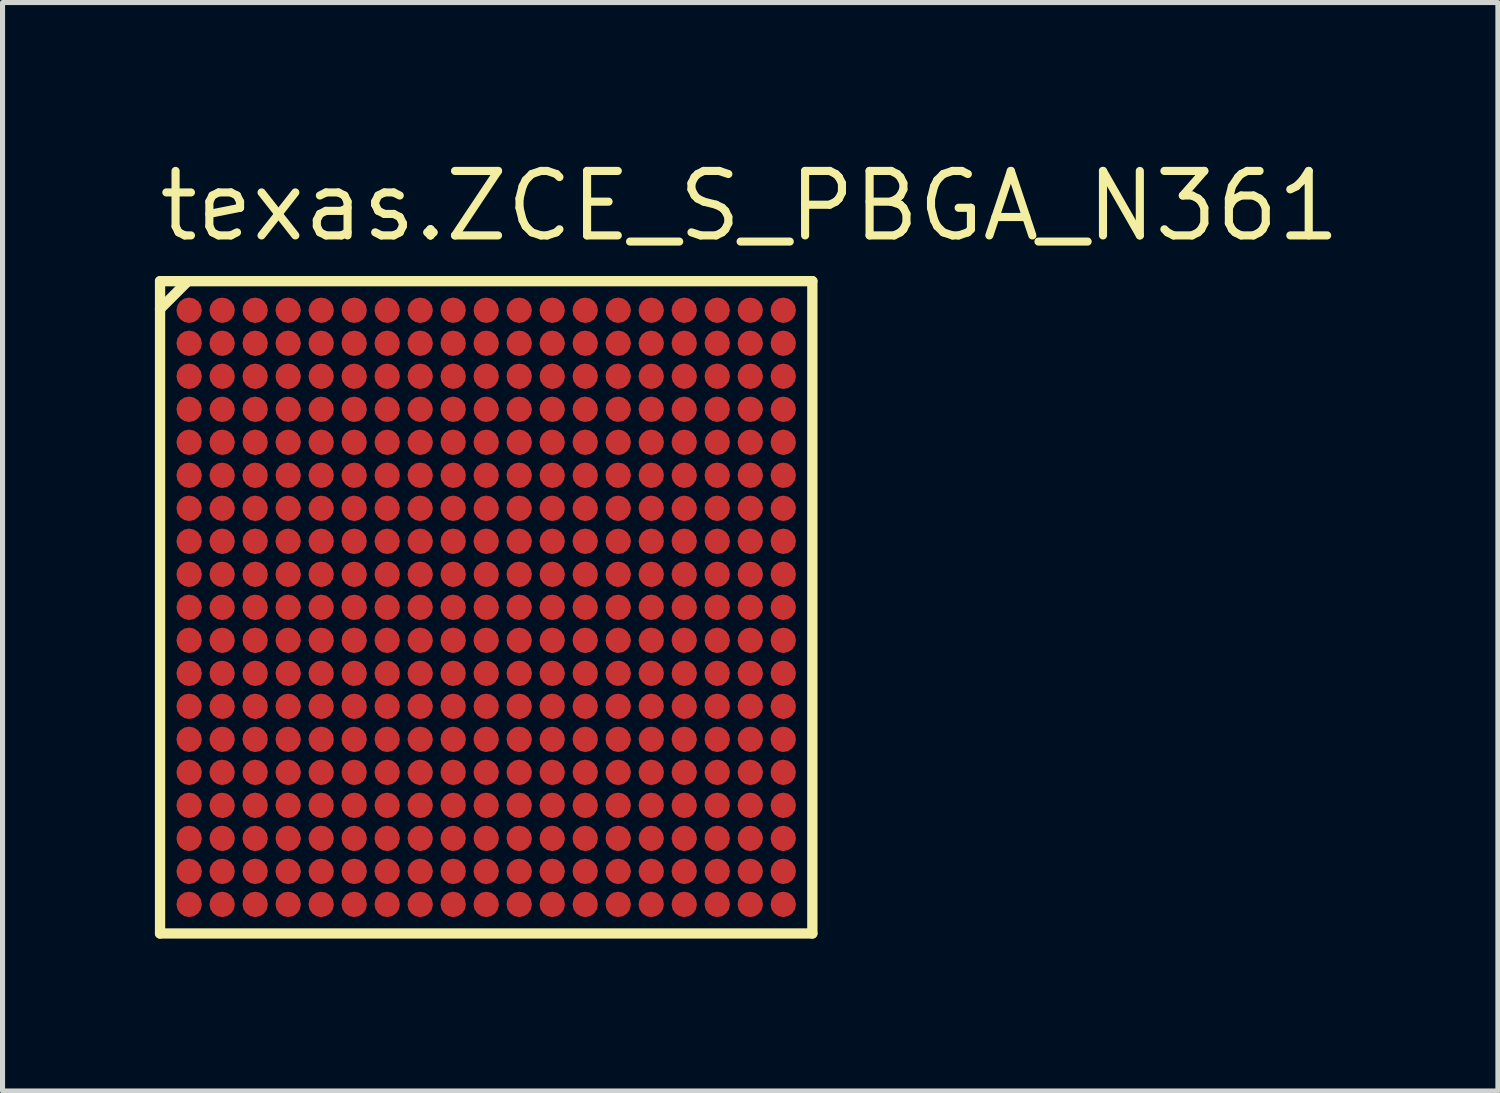
<source format=kicad_pcb>
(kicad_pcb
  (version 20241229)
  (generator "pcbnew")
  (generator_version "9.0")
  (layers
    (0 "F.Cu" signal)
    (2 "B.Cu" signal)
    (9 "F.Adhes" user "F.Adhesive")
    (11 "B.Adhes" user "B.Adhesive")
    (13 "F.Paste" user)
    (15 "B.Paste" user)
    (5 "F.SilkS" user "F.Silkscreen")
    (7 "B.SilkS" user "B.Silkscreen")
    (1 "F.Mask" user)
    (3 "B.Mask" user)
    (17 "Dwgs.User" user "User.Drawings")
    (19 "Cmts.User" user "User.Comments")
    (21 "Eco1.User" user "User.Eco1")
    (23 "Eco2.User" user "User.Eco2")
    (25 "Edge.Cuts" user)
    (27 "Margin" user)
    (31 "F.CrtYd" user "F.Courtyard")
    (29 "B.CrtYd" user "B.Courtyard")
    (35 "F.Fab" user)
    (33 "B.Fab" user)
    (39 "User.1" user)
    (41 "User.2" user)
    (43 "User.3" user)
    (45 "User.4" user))
  (footprint "texas.ZCE_S_PBGA_N361"
    (layer "F.Cu")
    (at 6.525 8.91)
    (property "Reference" "texas.ZCE_S_PBGA_N361" (at -6.525 -7.16 0) (layer "F.SilkS") (effects (font (size 1.27 1.27) (thickness 0.16)) (justify left bottom)))
    (attr smd)
    (fp_circle (center -5.85 -5.85) (end -5.625 -5.85) (stroke (width 0.1) (type default)) (fill no) (layer "F.Mask"))
    (fp_circle (center -5.85 -5.2) (end -5.625 -5.2) (stroke (width 0.1) (type default)) (fill no) (layer "F.Mask"))
    (fp_circle (center -5.85 -4.55) (end -5.625 -4.55) (stroke (width 0.1) (type default)) (fill no) (layer "F.Mask"))
    (fp_circle (center -5.85 -3.9) (end -5.625 -3.9) (stroke (width 0.1) (type default)) (fill no) (layer "F.Mask"))
    (fp_circle (center -5.85 -3.25) (end -5.625 -3.25) (stroke (width 0.1) (type default)) (fill no) (layer "F.Mask"))
    (fp_circle (center -5.85 -2.6) (end -5.625 -2.6) (stroke (width 0.1) (type default)) (fill no) (layer "F.Mask"))
    (fp_circle (center -5.85 -1.95) (end -5.625 -1.95) (stroke (width 0.1) (type default)) (fill no) (layer "F.Mask"))
    (fp_circle (center -5.85 -1.3) (end -5.625 -1.3) (stroke (width 0.1) (type default)) (fill no) (layer "F.Mask"))
    (fp_circle (center -5.85 -0.65) (end -5.625 -0.65) (stroke (width 0.1) (type default)) (fill no) (layer "F.Mask"))
    (fp_circle (center -5.85 0) (end -5.625 0) (stroke (width 0.1) (type default)) (fill no) (layer "F.Mask"))
    (fp_circle (center -5.85 0.65) (end -5.625 0.65) (stroke (width 0.1) (type default)) (fill no) (layer "F.Mask"))
    (fp_circle (center -5.85 1.3) (end -5.625 1.3) (stroke (width 0.1) (type default)) (fill no) (layer "F.Mask"))
    (fp_circle (center -5.85 1.95) (end -5.625 1.95) (stroke (width 0.1) (type default)) (fill no) (layer "F.Mask"))
    (fp_circle (center -5.85 2.6) (end -5.625 2.6) (stroke (width 0.1) (type default)) (fill no) (layer "F.Mask"))
    (fp_circle (center -5.85 3.25) (end -5.625 3.25) (stroke (width 0.1) (type default)) (fill no) (layer "F.Mask"))
    (fp_circle (center -5.85 3.9) (end -5.625 3.9) (stroke (width 0.1) (type default)) (fill no) (layer "F.Mask"))
    (fp_circle (center -5.85 4.55) (end -5.625 4.55) (stroke (width 0.1) (type default)) (fill no) (layer "F.Mask"))
    (fp_circle (center -5.85 5.2) (end -5.625 5.2) (stroke (width 0.1) (type default)) (fill no) (layer "F.Mask"))
    (fp_circle (center -5.85 5.85) (end -5.625 5.85) (stroke (width 0.1) (type default)) (fill no) (layer "F.Mask"))
    (fp_circle (center -5.2 -5.85) (end -4.975 -5.85) (stroke (width 0.1) (type default)) (fill no) (layer "F.Mask"))
    (fp_circle (center -5.2 -5.2) (end -4.975 -5.2) (stroke (width 0.1) (type default)) (fill no) (layer "F.Mask"))
    (fp_circle (center -5.2 -4.55) (end -4.975 -4.55) (stroke (width 0.1) (type default)) (fill no) (layer "F.Mask"))
    (fp_circle (center -5.2 -3.9) (end -4.975 -3.9) (stroke (width 0.1) (type default)) (fill no) (layer "F.Mask"))
    (fp_circle (center -5.2 -3.25) (end -4.975 -3.25) (stroke (width 0.1) (type default)) (fill no) (layer "F.Mask"))
    (fp_circle (center -5.2 -2.6) (end -4.975 -2.6) (stroke (width 0.1) (type default)) (fill no) (layer "F.Mask"))
    (fp_circle (center -5.2 -1.95) (end -4.975 -1.95) (stroke (width 0.1) (type default)) (fill no) (layer "F.Mask"))
    (fp_circle (center -5.2 -1.3) (end -4.975 -1.3) (stroke (width 0.1) (type default)) (fill no) (layer "F.Mask"))
    (fp_circle (center -5.2 -0.65) (end -4.975 -0.65) (stroke (width 0.1) (type default)) (fill no) (layer "F.Mask"))
    (fp_circle (center -5.2 0) (end -4.975 0) (stroke (width 0.1) (type default)) (fill no) (layer "F.Mask"))
    (fp_circle (center -5.2 0.65) (end -4.975 0.65) (stroke (width 0.1) (type default)) (fill no) (layer "F.Mask"))
    (fp_circle (center -5.2 1.3) (end -4.975 1.3) (stroke (width 0.1) (type default)) (fill no) (layer "F.Mask"))
    (fp_circle (center -5.2 1.95) (end -4.975 1.95) (stroke (width 0.1) (type default)) (fill no) (layer "F.Mask"))
    (fp_circle (center -5.2 2.6) (end -4.975 2.6) (stroke (width 0.1) (type default)) (fill no) (layer "F.Mask"))
    (fp_circle (center -5.2 3.25) (end -4.975 3.25) (stroke (width 0.1) (type default)) (fill no) (layer "F.Mask"))
    (fp_circle (center -5.2 3.9) (end -4.975 3.9) (stroke (width 0.1) (type default)) (fill no) (layer "F.Mask"))
    (fp_circle (center -5.2 4.55) (end -4.975 4.55) (stroke (width 0.1) (type default)) (fill no) (layer "F.Mask"))
    (fp_circle (center -5.2 5.2) (end -4.975 5.2) (stroke (width 0.1) (type default)) (fill no) (layer "F.Mask"))
    (fp_circle (center -5.2 5.85) (end -4.975 5.85) (stroke (width 0.1) (type default)) (fill no) (layer "F.Mask"))
    (fp_circle (center -4.55 -5.85) (end -4.325 -5.85) (stroke (width 0.1) (type default)) (fill no) (layer "F.Mask"))
    (fp_circle (center -4.55 -5.2) (end -4.325 -5.2) (stroke (width 0.1) (type default)) (fill no) (layer "F.Mask"))
    (fp_circle (center -4.55 -4.55) (end -4.325 -4.55) (stroke (width 0.1) (type default)) (fill no) (layer "F.Mask"))
    (fp_circle (center -4.55 -3.9) (end -4.325 -3.9) (stroke (width 0.1) (type default)) (fill no) (layer "F.Mask"))
    (fp_circle (center -4.55 -3.25) (end -4.325 -3.25) (stroke (width 0.1) (type default)) (fill no) (layer "F.Mask"))
    (fp_circle (center -4.55 -2.6) (end -4.325 -2.6) (stroke (width 0.1) (type default)) (fill no) (layer "F.Mask"))
    (fp_circle (center -4.55 -1.95) (end -4.325 -1.95) (stroke (width 0.1) (type default)) (fill no) (layer "F.Mask"))
    (fp_circle (center -4.55 -1.3) (end -4.325 -1.3) (stroke (width 0.1) (type default)) (fill no) (layer "F.Mask"))
    (fp_circle (center -4.55 -0.65) (end -4.325 -0.65) (stroke (width 0.1) (type default)) (fill no) (layer "F.Mask"))
    (fp_circle (center -4.55 0) (end -4.325 0) (stroke (width 0.1) (type default)) (fill no) (layer "F.Mask"))
    (fp_circle (center -4.55 0.65) (end -4.325 0.65) (stroke (width 0.1) (type default)) (fill no) (layer "F.Mask"))
    (fp_circle (center -4.55 1.3) (end -4.325 1.3) (stroke (width 0.1) (type default)) (fill no) (layer "F.Mask"))
    (fp_circle (center -4.55 1.95) (end -4.325 1.95) (stroke (width 0.1) (type default)) (fill no) (layer "F.Mask"))
    (fp_circle (center -4.55 2.6) (end -4.325 2.6) (stroke (width 0.1) (type default)) (fill no) (layer "F.Mask"))
    (fp_circle (center -4.55 3.25) (end -4.325 3.25) (stroke (width 0.1) (type default)) (fill no) (layer "F.Mask"))
    (fp_circle (center -4.55 3.9) (end -4.325 3.9) (stroke (width 0.1) (type default)) (fill no) (layer "F.Mask"))
    (fp_circle (center -4.55 4.55) (end -4.325 4.55) (stroke (width 0.1) (type default)) (fill no) (layer "F.Mask"))
    (fp_circle (center -4.55 5.2) (end -4.325 5.2) (stroke (width 0.1) (type default)) (fill no) (layer "F.Mask"))
    (fp_circle (center -4.55 5.85) (end -4.325 5.85) (stroke (width 0.1) (type default)) (fill no) (layer "F.Mask"))
    (fp_circle (center -3.9 -5.85) (end -3.675 -5.85) (stroke (width 0.1) (type default)) (fill no) (layer "F.Mask"))
    (fp_circle (center -3.9 -5.2) (end -3.675 -5.2) (stroke (width 0.1) (type default)) (fill no) (layer "F.Mask"))
    (fp_circle (center -3.9 -4.55) (end -3.675 -4.55) (stroke (width 0.1) (type default)) (fill no) (layer "F.Mask"))
    (fp_circle (center -3.9 -3.9) (end -3.675 -3.9) (stroke (width 0.1) (type default)) (fill no) (layer "F.Mask"))
    (fp_circle (center -3.9 -3.25) (end -3.675 -3.25) (stroke (width 0.1) (type default)) (fill no) (layer "F.Mask"))
    (fp_circle (center -3.9 -2.6) (end -3.675 -2.6) (stroke (width 0.1) (type default)) (fill no) (layer "F.Mask"))
    (fp_circle (center -3.9 -1.95) (end -3.675 -1.95) (stroke (width 0.1) (type default)) (fill no) (layer "F.Mask"))
    (fp_circle (center -3.9 -1.3) (end -3.675 -1.3) (stroke (width 0.1) (type default)) (fill no) (layer "F.Mask"))
    (fp_circle (center -3.9 -0.65) (end -3.675 -0.65) (stroke (width 0.1) (type default)) (fill no) (layer "F.Mask"))
    (fp_circle (center -3.9 0) (end -3.675 0) (stroke (width 0.1) (type default)) (fill no) (layer "F.Mask"))
    (fp_circle (center -3.9 0.65) (end -3.675 0.65) (stroke (width 0.1) (type default)) (fill no) (layer "F.Mask"))
    (fp_circle (center -3.9 1.3) (end -3.675 1.3) (stroke (width 0.1) (type default)) (fill no) (layer "F.Mask"))
    (fp_circle (center -3.9 1.95) (end -3.675 1.95) (stroke (width 0.1) (type default)) (fill no) (layer "F.Mask"))
    (fp_circle (center -3.9 2.6) (end -3.675 2.6) (stroke (width 0.1) (type default)) (fill no) (layer "F.Mask"))
    (fp_circle (center -3.9 3.25) (end -3.675 3.25) (stroke (width 0.1) (type default)) (fill no) (layer "F.Mask"))
    (fp_circle (center -3.9 3.9) (end -3.675 3.9) (stroke (width 0.1) (type default)) (fill no) (layer "F.Mask"))
    (fp_circle (center -3.9 4.55) (end -3.675 4.55) (stroke (width 0.1) (type default)) (fill no) (layer "F.Mask"))
    (fp_circle (center -3.9 5.2) (end -3.675 5.2) (stroke (width 0.1) (type default)) (fill no) (layer "F.Mask"))
    (fp_circle (center -3.9 5.85) (end -3.675 5.85) (stroke (width 0.1) (type default)) (fill no) (layer "F.Mask"))
    (fp_circle (center -3.25 -5.85) (end -3.025 -5.85) (stroke (width 0.1) (type default)) (fill no) (layer "F.Mask"))
    (fp_circle (center -3.25 -5.2) (end -3.025 -5.2) (stroke (width 0.1) (type default)) (fill no) (layer "F.Mask"))
    (fp_circle (center -3.25 -4.55) (end -3.025 -4.55) (stroke (width 0.1) (type default)) (fill no) (layer "F.Mask"))
    (fp_circle (center -3.25 -3.9) (end -3.025 -3.9) (stroke (width 0.1) (type default)) (fill no) (layer "F.Mask"))
    (fp_circle (center -3.25 -3.25) (end -3.025 -3.25) (stroke (width 0.1) (type default)) (fill no) (layer "F.Mask"))
    (fp_circle (center -3.25 -2.6) (end -3.025 -2.6) (stroke (width 0.1) (type default)) (fill no) (layer "F.Mask"))
    (fp_circle (center -3.25 -1.95) (end -3.025 -1.95) (stroke (width 0.1) (type default)) (fill no) (layer "F.Mask"))
    (fp_circle (center -3.25 -1.3) (end -3.025 -1.3) (stroke (width 0.1) (type default)) (fill no) (layer "F.Mask"))
    (fp_circle (center -3.25 -0.65) (end -3.025 -0.65) (stroke (width 0.1) (type default)) (fill no) (layer "F.Mask"))
    (fp_circle (center -3.25 0) (end -3.025 0) (stroke (width 0.1) (type default)) (fill no) (layer "F.Mask"))
    (fp_circle (center -3.25 0.65) (end -3.025 0.65) (stroke (width 0.1) (type default)) (fill no) (layer "F.Mask"))
    (fp_circle (center -3.25 1.3) (end -3.025 1.3) (stroke (width 0.1) (type default)) (fill no) (layer "F.Mask"))
    (fp_circle (center -3.25 1.95) (end -3.025 1.95) (stroke (width 0.1) (type default)) (fill no) (layer "F.Mask"))
    (fp_circle (center -3.25 2.6) (end -3.025 2.6) (stroke (width 0.1) (type default)) (fill no) (layer "F.Mask"))
    (fp_circle (center -3.25 3.25) (end -3.025 3.25) (stroke (width 0.1) (type default)) (fill no) (layer "F.Mask"))
    (fp_circle (center -3.25 3.9) (end -3.025 3.9) (stroke (width 0.1) (type default)) (fill no) (layer "F.Mask"))
    (fp_circle (center -3.25 4.55) (end -3.025 4.55) (stroke (width 0.1) (type default)) (fill no) (layer "F.Mask"))
    (fp_circle (center -3.25 5.2) (end -3.025 5.2) (stroke (width 0.1) (type default)) (fill no) (layer "F.Mask"))
    (fp_circle (center -3.25 5.85) (end -3.025 5.85) (stroke (width 0.1) (type default)) (fill no) (layer "F.Mask"))
    (fp_circle (center -2.6 -5.85) (end -2.375 -5.85) (stroke (width 0.1) (type default)) (fill no) (layer "F.Mask"))
    (fp_circle (center -2.6 -5.2) (end -2.375 -5.2) (stroke (width 0.1) (type default)) (fill no) (layer "F.Mask"))
    (fp_circle (center -2.6 -4.55) (end -2.375 -4.55) (stroke (width 0.1) (type default)) (fill no) (layer "F.Mask"))
    (fp_circle (center -2.6 -3.9) (end -2.375 -3.9) (stroke (width 0.1) (type default)) (fill no) (layer "F.Mask"))
    (fp_circle (center -2.6 -3.25) (end -2.375 -3.25) (stroke (width 0.1) (type default)) (fill no) (layer "F.Mask"))
    (fp_circle (center -2.6 -2.6) (end -2.375 -2.6) (stroke (width 0.1) (type default)) (fill no) (layer "F.Mask"))
    (fp_circle (center -2.6 -1.95) (end -2.375 -1.95) (stroke (width 0.1) (type default)) (fill no) (layer "F.Mask"))
    (fp_circle (center -2.6 -1.3) (end -2.375 -1.3) (stroke (width 0.1) (type default)) (fill no) (layer "F.Mask"))
    (fp_circle (center -2.6 -0.65) (end -2.375 -0.65) (stroke (width 0.1) (type default)) (fill no) (layer "F.Mask"))
    (fp_circle (center -2.6 0) (end -2.375 0) (stroke (width 0.1) (type default)) (fill no) (layer "F.Mask"))
    (fp_circle (center -2.6 0.65) (end -2.375 0.65) (stroke (width 0.1) (type default)) (fill no) (layer "F.Mask"))
    (fp_circle (center -2.6 1.3) (end -2.375 1.3) (stroke (width 0.1) (type default)) (fill no) (layer "F.Mask"))
    (fp_circle (center -2.6 1.95) (end -2.375 1.95) (stroke (width 0.1) (type default)) (fill no) (layer "F.Mask"))
    (fp_circle (center -2.6 2.6) (end -2.375 2.6) (stroke (width 0.1) (type default)) (fill no) (layer "F.Mask"))
    (fp_circle (center -2.6 3.25) (end -2.375 3.25) (stroke (width 0.1) (type default)) (fill no) (layer "F.Mask"))
    (fp_circle (center -2.6 3.9) (end -2.375 3.9) (stroke (width 0.1) (type default)) (fill no) (layer "F.Mask"))
    (fp_circle (center -2.6 4.55) (end -2.375 4.55) (stroke (width 0.1) (type default)) (fill no) (layer "F.Mask"))
    (fp_circle (center -2.6 5.2) (end -2.375 5.2) (stroke (width 0.1) (type default)) (fill no) (layer "F.Mask"))
    (fp_circle (center -2.6 5.85) (end -2.375 5.85) (stroke (width 0.1) (type default)) (fill no) (layer "F.Mask"))
    (fp_circle (center -1.95 -5.85) (end -1.725 -5.85) (stroke (width 0.1) (type default)) (fill no) (layer "F.Mask"))
    (fp_circle (center -1.95 -5.2) (end -1.725 -5.2) (stroke (width 0.1) (type default)) (fill no) (layer "F.Mask"))
    (fp_circle (center -1.95 -4.55) (end -1.725 -4.55) (stroke (width 0.1) (type default)) (fill no) (layer "F.Mask"))
    (fp_circle (center -1.95 -3.9) (end -1.725 -3.9) (stroke (width 0.1) (type default)) (fill no) (layer "F.Mask"))
    (fp_circle (center -1.95 -3.25) (end -1.725 -3.25) (stroke (width 0.1) (type default)) (fill no) (layer "F.Mask"))
    (fp_circle (center -1.95 -2.6) (end -1.725 -2.6) (stroke (width 0.1) (type default)) (fill no) (layer "F.Mask"))
    (fp_circle (center -1.95 -1.95) (end -1.725 -1.95) (stroke (width 0.1) (type default)) (fill no) (layer "F.Mask"))
    (fp_circle (center -1.95 -1.3) (end -1.725 -1.3) (stroke (width 0.1) (type default)) (fill no) (layer "F.Mask"))
    (fp_circle (center -1.95 -0.65) (end -1.725 -0.65) (stroke (width 0.1) (type default)) (fill no) (layer "F.Mask"))
    (fp_circle (center -1.95 0) (end -1.725 0) (stroke (width 0.1) (type default)) (fill no) (layer "F.Mask"))
    (fp_circle (center -1.95 0.65) (end -1.725 0.65) (stroke (width 0.1) (type default)) (fill no) (layer "F.Mask"))
    (fp_circle (center -1.95 1.3) (end -1.725 1.3) (stroke (width 0.1) (type default)) (fill no) (layer "F.Mask"))
    (fp_circle (center -1.95 1.95) (end -1.725 1.95) (stroke (width 0.1) (type default)) (fill no) (layer "F.Mask"))
    (fp_circle (center -1.95 2.6) (end -1.725 2.6) (stroke (width 0.1) (type default)) (fill no) (layer "F.Mask"))
    (fp_circle (center -1.95 3.25) (end -1.725 3.25) (stroke (width 0.1) (type default)) (fill no) (layer "F.Mask"))
    (fp_circle (center -1.95 3.9) (end -1.725 3.9) (stroke (width 0.1) (type default)) (fill no) (layer "F.Mask"))
    (fp_circle (center -1.95 4.55) (end -1.725 4.55) (stroke (width 0.1) (type default)) (fill no) (layer "F.Mask"))
    (fp_circle (center -1.95 5.2) (end -1.725 5.2) (stroke (width 0.1) (type default)) (fill no) (layer "F.Mask"))
    (fp_circle (center -1.95 5.85) (end -1.725 5.85) (stroke (width 0.1) (type default)) (fill no) (layer "F.Mask"))
    (fp_circle (center -1.3 -5.85) (end -1.075 -5.85) (stroke (width 0.1) (type default)) (fill no) (layer "F.Mask"))
    (fp_circle (center -1.3 -5.2) (end -1.075 -5.2) (stroke (width 0.1) (type default)) (fill no) (layer "F.Mask"))
    (fp_circle (center -1.3 -4.55) (end -1.075 -4.55) (stroke (width 0.1) (type default)) (fill no) (layer "F.Mask"))
    (fp_circle (center -1.3 -3.9) (end -1.075 -3.9) (stroke (width 0.1) (type default)) (fill no) (layer "F.Mask"))
    (fp_circle (center -1.3 -3.25) (end -1.075 -3.25) (stroke (width 0.1) (type default)) (fill no) (layer "F.Mask"))
    (fp_circle (center -1.3 -2.6) (end -1.075 -2.6) (stroke (width 0.1) (type default)) (fill no) (layer "F.Mask"))
    (fp_circle (center -1.3 -1.95) (end -1.075 -1.95) (stroke (width 0.1) (type default)) (fill no) (layer "F.Mask"))
    (fp_circle (center -1.3 -1.3) (end -1.075 -1.3) (stroke (width 0.1) (type default)) (fill no) (layer "F.Mask"))
    (fp_circle (center -1.3 -0.65) (end -1.075 -0.65) (stroke (width 0.1) (type default)) (fill no) (layer "F.Mask"))
    (fp_circle (center -1.3 0) (end -1.075 0) (stroke (width 0.1) (type default)) (fill no) (layer "F.Mask"))
    (fp_circle (center -1.3 0.65) (end -1.075 0.65) (stroke (width 0.1) (type default)) (fill no) (layer "F.Mask"))
    (fp_circle (center -1.3 1.3) (end -1.075 1.3) (stroke (width 0.1) (type default)) (fill no) (layer "F.Mask"))
    (fp_circle (center -1.3 1.95) (end -1.075 1.95) (stroke (width 0.1) (type default)) (fill no) (layer "F.Mask"))
    (fp_circle (center -1.3 2.6) (end -1.075 2.6) (stroke (width 0.1) (type default)) (fill no) (layer "F.Mask"))
    (fp_circle (center -1.3 3.25) (end -1.075 3.25) (stroke (width 0.1) (type default)) (fill no) (layer "F.Mask"))
    (fp_circle (center -1.3 3.9) (end -1.075 3.9) (stroke (width 0.1) (type default)) (fill no) (layer "F.Mask"))
    (fp_circle (center -1.3 4.55) (end -1.075 4.55) (stroke (width 0.1) (type default)) (fill no) (layer "F.Mask"))
    (fp_circle (center -1.3 5.2) (end -1.075 5.2) (stroke (width 0.1) (type default)) (fill no) (layer "F.Mask"))
    (fp_circle (center -1.3 5.85) (end -1.075 5.85) (stroke (width 0.1) (type default)) (fill no) (layer "F.Mask"))
    (fp_circle (center -0.65 -5.85) (end -0.425 -5.85) (stroke (width 0.1) (type default)) (fill no) (layer "F.Mask"))
    (fp_circle (center -0.65 -5.2) (end -0.425 -5.2) (stroke (width 0.1) (type default)) (fill no) (layer "F.Mask"))
    (fp_circle (center -0.65 -4.55) (end -0.425 -4.55) (stroke (width 0.1) (type default)) (fill no) (layer "F.Mask"))
    (fp_circle (center -0.65 -3.9) (end -0.425 -3.9) (stroke (width 0.1) (type default)) (fill no) (layer "F.Mask"))
    (fp_circle (center -0.65 -3.25) (end -0.425 -3.25) (stroke (width 0.1) (type default)) (fill no) (layer "F.Mask"))
    (fp_circle (center -0.65 -2.6) (end -0.425 -2.6) (stroke (width 0.1) (type default)) (fill no) (layer "F.Mask"))
    (fp_circle (center -0.65 -1.95) (end -0.425 -1.95) (stroke (width 0.1) (type default)) (fill no) (layer "F.Mask"))
    (fp_circle (center -0.65 -1.3) (end -0.425 -1.3) (stroke (width 0.1) (type default)) (fill no) (layer "F.Mask"))
    (fp_circle (center -0.65 -0.65) (end -0.425 -0.65) (stroke (width 0.1) (type default)) (fill no) (layer "F.Mask"))
    (fp_circle (center -0.65 0) (end -0.425 0) (stroke (width 0.1) (type default)) (fill no) (layer "F.Mask"))
    (fp_circle (center -0.65 0.65) (end -0.425 0.65) (stroke (width 0.1) (type default)) (fill no) (layer "F.Mask"))
    (fp_circle (center -0.65 1.3) (end -0.425 1.3) (stroke (width 0.1) (type default)) (fill no) (layer "F.Mask"))
    (fp_circle (center -0.65 1.95) (end -0.425 1.95) (stroke (width 0.1) (type default)) (fill no) (layer "F.Mask"))
    (fp_circle (center -0.65 2.6) (end -0.425 2.6) (stroke (width 0.1) (type default)) (fill no) (layer "F.Mask"))
    (fp_circle (center -0.65 3.25) (end -0.425 3.25) (stroke (width 0.1) (type default)) (fill no) (layer "F.Mask"))
    (fp_circle (center -0.65 3.9) (end -0.425 3.9) (stroke (width 0.1) (type default)) (fill no) (layer "F.Mask"))
    (fp_circle (center -0.65 4.55) (end -0.425 4.55) (stroke (width 0.1) (type default)) (fill no) (layer "F.Mask"))
    (fp_circle (center -0.65 5.2) (end -0.425 5.2) (stroke (width 0.1) (type default)) (fill no) (layer "F.Mask"))
    (fp_circle (center -0.65 5.85) (end -0.425 5.85) (stroke (width 0.1) (type default)) (fill no) (layer "F.Mask"))
    (fp_circle (center 0 -5.85) (end 0.225 -5.85) (stroke (width 0.1) (type default)) (fill no) (layer "F.Mask"))
    (fp_circle (center 0 -5.2) (end 0.225 -5.2) (stroke (width 0.1) (type default)) (fill no) (layer "F.Mask"))
    (fp_circle (center 0 -4.55) (end 0.225 -4.55) (stroke (width 0.1) (type default)) (fill no) (layer "F.Mask"))
    (fp_circle (center 0 -3.9) (end 0.225 -3.9) (stroke (width 0.1) (type default)) (fill no) (layer "F.Mask"))
    (fp_circle (center 0 -3.25) (end 0.225 -3.25) (stroke (width 0.1) (type default)) (fill no) (layer "F.Mask"))
    (fp_circle (center 0 -2.6) (end 0.225 -2.6) (stroke (width 0.1) (type default)) (fill no) (layer "F.Mask"))
    (fp_circle (center 0 -1.95) (end 0.225 -1.95) (stroke (width 0.1) (type default)) (fill no) (layer "F.Mask"))
    (fp_circle (center 0 -1.3) (end 0.225 -1.3) (stroke (width 0.1) (type default)) (fill no) (layer "F.Mask"))
    (fp_circle (center 0 -0.65) (end 0.225 -0.65) (stroke (width 0.1) (type default)) (fill no) (layer "F.Mask"))
    (fp_circle (center 0 0) (end 0.225 0) (stroke (width 0.1) (type default)) (fill no) (layer "F.Mask"))
    (fp_circle (center 0 0.65) (end 0.225 0.65) (stroke (width 0.1) (type default)) (fill no) (layer "F.Mask"))
    (fp_circle (center 0 1.3) (end 0.225 1.3) (stroke (width 0.1) (type default)) (fill no) (layer "F.Mask"))
    (fp_circle (center 0 1.95) (end 0.225 1.95) (stroke (width 0.1) (type default)) (fill no) (layer "F.Mask"))
    (fp_circle (center 0 2.6) (end 0.225 2.6) (stroke (width 0.1) (type default)) (fill no) (layer "F.Mask"))
    (fp_circle (center 0 3.25) (end 0.225 3.25) (stroke (width 0.1) (type default)) (fill no) (layer "F.Mask"))
    (fp_circle (center 0 3.9) (end 0.225 3.9) (stroke (width 0.1) (type default)) (fill no) (layer "F.Mask"))
    (fp_circle (center 0 4.55) (end 0.225 4.55) (stroke (width 0.1) (type default)) (fill no) (layer "F.Mask"))
    (fp_circle (center 0 5.2) (end 0.225 5.2) (stroke (width 0.1) (type default)) (fill no) (layer "F.Mask"))
    (fp_circle (center 0 5.85) (end 0.225 5.85) (stroke (width 0.1) (type default)) (fill no) (layer "F.Mask"))
    (fp_circle (center 0.65 -5.85) (end 0.875 -5.85) (stroke (width 0.1) (type default)) (fill no) (layer "F.Mask"))
    (fp_circle (center 0.65 -5.2) (end 0.875 -5.2) (stroke (width 0.1) (type default)) (fill no) (layer "F.Mask"))
    (fp_circle (center 0.65 -4.55) (end 0.875 -4.55) (stroke (width 0.1) (type default)) (fill no) (layer "F.Mask"))
    (fp_circle (center 0.65 -3.9) (end 0.875 -3.9) (stroke (width 0.1) (type default)) (fill no) (layer "F.Mask"))
    (fp_circle (center 0.65 -3.25) (end 0.875 -3.25) (stroke (width 0.1) (type default)) (fill no) (layer "F.Mask"))
    (fp_circle (center 0.65 -2.6) (end 0.875 -2.6) (stroke (width 0.1) (type default)) (fill no) (layer "F.Mask"))
    (fp_circle (center 0.65 -1.95) (end 0.875 -1.95) (stroke (width 0.1) (type default)) (fill no) (layer "F.Mask"))
    (fp_circle (center 0.65 -1.3) (end 0.875 -1.3) (stroke (width 0.1) (type default)) (fill no) (layer "F.Mask"))
    (fp_circle (center 0.65 -0.65) (end 0.875 -0.65) (stroke (width 0.1) (type default)) (fill no) (layer "F.Mask"))
    (fp_circle (center 0.65 0) (end 0.875 0) (stroke (width 0.1) (type default)) (fill no) (layer "F.Mask"))
    (fp_circle (center 0.65 0.65) (end 0.875 0.65) (stroke (width 0.1) (type default)) (fill no) (layer "F.Mask"))
    (fp_circle (center 0.65 1.3) (end 0.875 1.3) (stroke (width 0.1) (type default)) (fill no) (layer "F.Mask"))
    (fp_circle (center 0.65 1.95) (end 0.875 1.95) (stroke (width 0.1) (type default)) (fill no) (layer "F.Mask"))
    (fp_circle (center 0.65 2.6) (end 0.875 2.6) (stroke (width 0.1) (type default)) (fill no) (layer "F.Mask"))
    (fp_circle (center 0.65 3.25) (end 0.875 3.25) (stroke (width 0.1) (type default)) (fill no) (layer "F.Mask"))
    (fp_circle (center 0.65 3.9) (end 0.875 3.9) (stroke (width 0.1) (type default)) (fill no) (layer "F.Mask"))
    (fp_circle (center 0.65 4.55) (end 0.875 4.55) (stroke (width 0.1) (type default)) (fill no) (layer "F.Mask"))
    (fp_circle (center 0.65 5.2) (end 0.875 5.2) (stroke (width 0.1) (type default)) (fill no) (layer "F.Mask"))
    (fp_circle (center 0.65 5.85) (end 0.875 5.85) (stroke (width 0.1) (type default)) (fill no) (layer "F.Mask"))
    (fp_circle (center 1.3 -5.85) (end 1.525 -5.85) (stroke (width 0.1) (type default)) (fill no) (layer "F.Mask"))
    (fp_circle (center 1.3 -5.2) (end 1.525 -5.2) (stroke (width 0.1) (type default)) (fill no) (layer "F.Mask"))
    (fp_circle (center 1.3 -4.55) (end 1.525 -4.55) (stroke (width 0.1) (type default)) (fill no) (layer "F.Mask"))
    (fp_circle (center 1.3 -3.9) (end 1.525 -3.9) (stroke (width 0.1) (type default)) (fill no) (layer "F.Mask"))
    (fp_circle (center 1.3 -3.25) (end 1.525 -3.25) (stroke (width 0.1) (type default)) (fill no) (layer "F.Mask"))
    (fp_circle (center 1.3 -2.6) (end 1.525 -2.6) (stroke (width 0.1) (type default)) (fill no) (layer "F.Mask"))
    (fp_circle (center 1.3 -1.95) (end 1.525 -1.95) (stroke (width 0.1) (type default)) (fill no) (layer "F.Mask"))
    (fp_circle (center 1.3 -1.3) (end 1.525 -1.3) (stroke (width 0.1) (type default)) (fill no) (layer "F.Mask"))
    (fp_circle (center 1.3 -0.65) (end 1.525 -0.65) (stroke (width 0.1) (type default)) (fill no) (layer "F.Mask"))
    (fp_circle (center 1.3 0) (end 1.525 0) (stroke (width 0.1) (type default)) (fill no) (layer "F.Mask"))
    (fp_circle (center 1.3 0.65) (end 1.525 0.65) (stroke (width 0.1) (type default)) (fill no) (layer "F.Mask"))
    (fp_circle (center 1.3 1.3) (end 1.525 1.3) (stroke (width 0.1) (type default)) (fill no) (layer "F.Mask"))
    (fp_circle (center 1.3 1.95) (end 1.525 1.95) (stroke (width 0.1) (type default)) (fill no) (layer "F.Mask"))
    (fp_circle (center 1.3 2.6) (end 1.525 2.6) (stroke (width 0.1) (type default)) (fill no) (layer "F.Mask"))
    (fp_circle (center 1.3 3.25) (end 1.525 3.25) (stroke (width 0.1) (type default)) (fill no) (layer "F.Mask"))
    (fp_circle (center 1.3 3.9) (end 1.525 3.9) (stroke (width 0.1) (type default)) (fill no) (layer "F.Mask"))
    (fp_circle (center 1.3 4.55) (end 1.525 4.55) (stroke (width 0.1) (type default)) (fill no) (layer "F.Mask"))
    (fp_circle (center 1.3 5.2) (end 1.525 5.2) (stroke (width 0.1) (type default)) (fill no) (layer "F.Mask"))
    (fp_circle (center 1.3 5.85) (end 1.525 5.85) (stroke (width 0.1) (type default)) (fill no) (layer "F.Mask"))
    (fp_circle (center 1.95 -5.85) (end 2.175 -5.85) (stroke (width 0.1) (type default)) (fill no) (layer "F.Mask"))
    (fp_circle (center 1.95 -5.2) (end 2.175 -5.2) (stroke (width 0.1) (type default)) (fill no) (layer "F.Mask"))
    (fp_circle (center 1.95 -4.55) (end 2.175 -4.55) (stroke (width 0.1) (type default)) (fill no) (layer "F.Mask"))
    (fp_circle (center 1.95 -3.9) (end 2.175 -3.9) (stroke (width 0.1) (type default)) (fill no) (layer "F.Mask"))
    (fp_circle (center 1.95 -3.25) (end 2.175 -3.25) (stroke (width 0.1) (type default)) (fill no) (layer "F.Mask"))
    (fp_circle (center 1.95 -2.6) (end 2.175 -2.6) (stroke (width 0.1) (type default)) (fill no) (layer "F.Mask"))
    (fp_circle (center 1.95 -1.95) (end 2.175 -1.95) (stroke (width 0.1) (type default)) (fill no) (layer "F.Mask"))
    (fp_circle (center 1.95 -1.3) (end 2.175 -1.3) (stroke (width 0.1) (type default)) (fill no) (layer "F.Mask"))
    (fp_circle (center 1.95 -0.65) (end 2.175 -0.65) (stroke (width 0.1) (type default)) (fill no) (layer "F.Mask"))
    (fp_circle (center 1.95 0) (end 2.175 0) (stroke (width 0.1) (type default)) (fill no) (layer "F.Mask"))
    (fp_circle (center 1.95 0.65) (end 2.175 0.65) (stroke (width 0.1) (type default)) (fill no) (layer "F.Mask"))
    (fp_circle (center 1.95 1.3) (end 2.175 1.3) (stroke (width 0.1) (type default)) (fill no) (layer "F.Mask"))
    (fp_circle (center 1.95 1.95) (end 2.175 1.95) (stroke (width 0.1) (type default)) (fill no) (layer "F.Mask"))
    (fp_circle (center 1.95 2.6) (end 2.175 2.6) (stroke (width 0.1) (type default)) (fill no) (layer "F.Mask"))
    (fp_circle (center 1.95 3.25) (end 2.175 3.25) (stroke (width 0.1) (type default)) (fill no) (layer "F.Mask"))
    (fp_circle (center 1.95 3.9) (end 2.175 3.9) (stroke (width 0.1) (type default)) (fill no) (layer "F.Mask"))
    (fp_circle (center 1.95 4.55) (end 2.175 4.55) (stroke (width 0.1) (type default)) (fill no) (layer "F.Mask"))
    (fp_circle (center 1.95 5.2) (end 2.175 5.2) (stroke (width 0.1) (type default)) (fill no) (layer "F.Mask"))
    (fp_circle (center 1.95 5.85) (end 2.175 5.85) (stroke (width 0.1) (type default)) (fill no) (layer "F.Mask"))
    (fp_circle (center 2.6 -5.85) (end 2.825 -5.85) (stroke (width 0.1) (type default)) (fill no) (layer "F.Mask"))
    (fp_circle (center 2.6 -5.2) (end 2.825 -5.2) (stroke (width 0.1) (type default)) (fill no) (layer "F.Mask"))
    (fp_circle (center 2.6 -4.55) (end 2.825 -4.55) (stroke (width 0.1) (type default)) (fill no) (layer "F.Mask"))
    (fp_circle (center 2.6 -3.9) (end 2.825 -3.9) (stroke (width 0.1) (type default)) (fill no) (layer "F.Mask"))
    (fp_circle (center 2.6 -3.25) (end 2.825 -3.25) (stroke (width 0.1) (type default)) (fill no) (layer "F.Mask"))
    (fp_circle (center 2.6 -2.6) (end 2.825 -2.6) (stroke (width 0.1) (type default)) (fill no) (layer "F.Mask"))
    (fp_circle (center 2.6 -1.95) (end 2.825 -1.95) (stroke (width 0.1) (type default)) (fill no) (layer "F.Mask"))
    (fp_circle (center 2.6 -1.3) (end 2.825 -1.3) (stroke (width 0.1) (type default)) (fill no) (layer "F.Mask"))
    (fp_circle (center 2.6 -0.65) (end 2.825 -0.65) (stroke (width 0.1) (type default)) (fill no) (layer "F.Mask"))
    (fp_circle (center 2.6 0) (end 2.825 0) (stroke (width 0.1) (type default)) (fill no) (layer "F.Mask"))
    (fp_circle (center 2.6 0.65) (end 2.825 0.65) (stroke (width 0.1) (type default)) (fill no) (layer "F.Mask"))
    (fp_circle (center 2.6 1.3) (end 2.825 1.3) (stroke (width 0.1) (type default)) (fill no) (layer "F.Mask"))
    (fp_circle (center 2.6 1.95) (end 2.825 1.95) (stroke (width 0.1) (type default)) (fill no) (layer "F.Mask"))
    (fp_circle (center 2.6 2.6) (end 2.825 2.6) (stroke (width 0.1) (type default)) (fill no) (layer "F.Mask"))
    (fp_circle (center 2.6 3.25) (end 2.825 3.25) (stroke (width 0.1) (type default)) (fill no) (layer "F.Mask"))
    (fp_circle (center 2.6 3.9) (end 2.825 3.9) (stroke (width 0.1) (type default)) (fill no) (layer "F.Mask"))
    (fp_circle (center 2.6 4.55) (end 2.825 4.55) (stroke (width 0.1) (type default)) (fill no) (layer "F.Mask"))
    (fp_circle (center 2.6 5.2) (end 2.825 5.2) (stroke (width 0.1) (type default)) (fill no) (layer "F.Mask"))
    (fp_circle (center 2.6 5.85) (end 2.825 5.85) (stroke (width 0.1) (type default)) (fill no) (layer "F.Mask"))
    (fp_circle (center 3.25 -5.85) (end 3.475 -5.85) (stroke (width 0.1) (type default)) (fill no) (layer "F.Mask"))
    (fp_circle (center 3.25 -5.2) (end 3.475 -5.2) (stroke (width 0.1) (type default)) (fill no) (layer "F.Mask"))
    (fp_circle (center 3.25 -4.55) (end 3.475 -4.55) (stroke (width 0.1) (type default)) (fill no) (layer "F.Mask"))
    (fp_circle (center 3.25 -3.9) (end 3.475 -3.9) (stroke (width 0.1) (type default)) (fill no) (layer "F.Mask"))
    (fp_circle (center 3.25 -3.25) (end 3.475 -3.25) (stroke (width 0.1) (type default)) (fill no) (layer "F.Mask"))
    (fp_circle (center 3.25 -2.6) (end 3.475 -2.6) (stroke (width 0.1) (type default)) (fill no) (layer "F.Mask"))
    (fp_circle (center 3.25 -1.95) (end 3.475 -1.95) (stroke (width 0.1) (type default)) (fill no) (layer "F.Mask"))
    (fp_circle (center 3.25 -1.3) (end 3.475 -1.3) (stroke (width 0.1) (type default)) (fill no) (layer "F.Mask"))
    (fp_circle (center 3.25 -0.65) (end 3.475 -0.65) (stroke (width 0.1) (type default)) (fill no) (layer "F.Mask"))
    (fp_circle (center 3.25 0) (end 3.475 0) (stroke (width 0.1) (type default)) (fill no) (layer "F.Mask"))
    (fp_circle (center 3.25 0.65) (end 3.475 0.65) (stroke (width 0.1) (type default)) (fill no) (layer "F.Mask"))
    (fp_circle (center 3.25 1.3) (end 3.475 1.3) (stroke (width 0.1) (type default)) (fill no) (layer "F.Mask"))
    (fp_circle (center 3.25 1.95) (end 3.475 1.95) (stroke (width 0.1) (type default)) (fill no) (layer "F.Mask"))
    (fp_circle (center 3.25 2.6) (end 3.475 2.6) (stroke (width 0.1) (type default)) (fill no) (layer "F.Mask"))
    (fp_circle (center 3.25 3.25) (end 3.475 3.25) (stroke (width 0.1) (type default)) (fill no) (layer "F.Mask"))
    (fp_circle (center 3.25 3.9) (end 3.475 3.9) (stroke (width 0.1) (type default)) (fill no) (layer "F.Mask"))
    (fp_circle (center 3.25 4.55) (end 3.475 4.55) (stroke (width 0.1) (type default)) (fill no) (layer "F.Mask"))
    (fp_circle (center 3.25 5.2) (end 3.475 5.2) (stroke (width 0.1) (type default)) (fill no) (layer "F.Mask"))
    (fp_circle (center 3.25 5.85) (end 3.475 5.85) (stroke (width 0.1) (type default)) (fill no) (layer "F.Mask"))
    (fp_circle (center 3.9 -5.85) (end 4.125 -5.85) (stroke (width 0.1) (type default)) (fill no) (layer "F.Mask"))
    (fp_circle (center 3.9 -5.2) (end 4.125 -5.2) (stroke (width 0.1) (type default)) (fill no) (layer "F.Mask"))
    (fp_circle (center 3.9 -4.55) (end 4.125 -4.55) (stroke (width 0.1) (type default)) (fill no) (layer "F.Mask"))
    (fp_circle (center 3.9 -3.9) (end 4.125 -3.9) (stroke (width 0.1) (type default)) (fill no) (layer "F.Mask"))
    (fp_circle (center 3.9 -3.25) (end 4.125 -3.25) (stroke (width 0.1) (type default)) (fill no) (layer "F.Mask"))
    (fp_circle (center 3.9 -2.6) (end 4.125 -2.6) (stroke (width 0.1) (type default)) (fill no) (layer "F.Mask"))
    (fp_circle (center 3.9 -1.95) (end 4.125 -1.95) (stroke (width 0.1) (type default)) (fill no) (layer "F.Mask"))
    (fp_circle (center 3.9 -1.3) (end 4.125 -1.3) (stroke (width 0.1) (type default)) (fill no) (layer "F.Mask"))
    (fp_circle (center 3.9 -0.65) (end 4.125 -0.65) (stroke (width 0.1) (type default)) (fill no) (layer "F.Mask"))
    (fp_circle (center 3.9 0) (end 4.125 0) (stroke (width 0.1) (type default)) (fill no) (layer "F.Mask"))
    (fp_circle (center 3.9 0.65) (end 4.125 0.65) (stroke (width 0.1) (type default)) (fill no) (layer "F.Mask"))
    (fp_circle (center 3.9 1.3) (end 4.125 1.3) (stroke (width 0.1) (type default)) (fill no) (layer "F.Mask"))
    (fp_circle (center 3.9 1.95) (end 4.125 1.95) (stroke (width 0.1) (type default)) (fill no) (layer "F.Mask"))
    (fp_circle (center 3.9 2.6) (end 4.125 2.6) (stroke (width 0.1) (type default)) (fill no) (layer "F.Mask"))
    (fp_circle (center 3.9 3.25) (end 4.125 3.25) (stroke (width 0.1) (type default)) (fill no) (layer "F.Mask"))
    (fp_circle (center 3.9 3.9) (end 4.125 3.9) (stroke (width 0.1) (type default)) (fill no) (layer "F.Mask"))
    (fp_circle (center 3.9 4.55) (end 4.125 4.55) (stroke (width 0.1) (type default)) (fill no) (layer "F.Mask"))
    (fp_circle (center 3.9 5.2) (end 4.125 5.2) (stroke (width 0.1) (type default)) (fill no) (layer "F.Mask"))
    (fp_circle (center 3.9 5.85) (end 4.125 5.85) (stroke (width 0.1) (type default)) (fill no) (layer "F.Mask"))
    (fp_circle (center 4.55 -5.85) (end 4.775 -5.85) (stroke (width 0.1) (type default)) (fill no) (layer "F.Mask"))
    (fp_circle (center 4.55 -5.2) (end 4.775 -5.2) (stroke (width 0.1) (type default)) (fill no) (layer "F.Mask"))
    (fp_circle (center 4.55 -4.55) (end 4.775 -4.55) (stroke (width 0.1) (type default)) (fill no) (layer "F.Mask"))
    (fp_circle (center 4.55 -3.9) (end 4.775 -3.9) (stroke (width 0.1) (type default)) (fill no) (layer "F.Mask"))
    (fp_circle (center 4.55 -3.25) (end 4.775 -3.25) (stroke (width 0.1) (type default)) (fill no) (layer "F.Mask"))
    (fp_circle (center 4.55 -2.6) (end 4.775 -2.6) (stroke (width 0.1) (type default)) (fill no) (layer "F.Mask"))
    (fp_circle (center 4.55 -1.95) (end 4.775 -1.95) (stroke (width 0.1) (type default)) (fill no) (layer "F.Mask"))
    (fp_circle (center 4.55 -1.3) (end 4.775 -1.3) (stroke (width 0.1) (type default)) (fill no) (layer "F.Mask"))
    (fp_circle (center 4.55 -0.65) (end 4.775 -0.65) (stroke (width 0.1) (type default)) (fill no) (layer "F.Mask"))
    (fp_circle (center 4.55 0) (end 4.775 0) (stroke (width 0.1) (type default)) (fill no) (layer "F.Mask"))
    (fp_circle (center 4.55 0.65) (end 4.775 0.65) (stroke (width 0.1) (type default)) (fill no) (layer "F.Mask"))
    (fp_circle (center 4.55 1.3) (end 4.775 1.3) (stroke (width 0.1) (type default)) (fill no) (layer "F.Mask"))
    (fp_circle (center 4.55 1.95) (end 4.775 1.95) (stroke (width 0.1) (type default)) (fill no) (layer "F.Mask"))
    (fp_circle (center 4.55 2.6) (end 4.775 2.6) (stroke (width 0.1) (type default)) (fill no) (layer "F.Mask"))
    (fp_circle (center 4.55 3.25) (end 4.775 3.25) (stroke (width 0.1) (type default)) (fill no) (layer "F.Mask"))
    (fp_circle (center 4.55 3.9) (end 4.775 3.9) (stroke (width 0.1) (type default)) (fill no) (layer "F.Mask"))
    (fp_circle (center 4.55 4.55) (end 4.775 4.55) (stroke (width 0.1) (type default)) (fill no) (layer "F.Mask"))
    (fp_circle (center 4.55 5.2) (end 4.775 5.2) (stroke (width 0.1) (type default)) (fill no) (layer "F.Mask"))
    (fp_circle (center 4.55 5.85) (end 4.775 5.85) (stroke (width 0.1) (type default)) (fill no) (layer "F.Mask"))
    (fp_circle (center 5.2 -5.85) (end 5.425 -5.85) (stroke (width 0.1) (type default)) (fill no) (layer "F.Mask"))
    (fp_circle (center 5.2 -5.2) (end 5.425 -5.2) (stroke (width 0.1) (type default)) (fill no) (layer "F.Mask"))
    (fp_circle (center 5.2 -4.55) (end 5.425 -4.55) (stroke (width 0.1) (type default)) (fill no) (layer "F.Mask"))
    (fp_circle (center 5.2 -3.9) (end 5.425 -3.9) (stroke (width 0.1) (type default)) (fill no) (layer "F.Mask"))
    (fp_circle (center 5.2 -3.25) (end 5.425 -3.25) (stroke (width 0.1) (type default)) (fill no) (layer "F.Mask"))
    (fp_circle (center 5.2 -2.6) (end 5.425 -2.6) (stroke (width 0.1) (type default)) (fill no) (layer "F.Mask"))
    (fp_circle (center 5.2 -1.95) (end 5.425 -1.95) (stroke (width 0.1) (type default)) (fill no) (layer "F.Mask"))
    (fp_circle (center 5.2 -1.3) (end 5.425 -1.3) (stroke (width 0.1) (type default)) (fill no) (layer "F.Mask"))
    (fp_circle (center 5.2 -0.65) (end 5.425 -0.65) (stroke (width 0.1) (type default)) (fill no) (layer "F.Mask"))
    (fp_circle (center 5.2 0) (end 5.425 0) (stroke (width 0.1) (type default)) (fill no) (layer "F.Mask"))
    (fp_circle (center 5.2 0.65) (end 5.425 0.65) (stroke (width 0.1) (type default)) (fill no) (layer "F.Mask"))
    (fp_circle (center 5.2 1.3) (end 5.425 1.3) (stroke (width 0.1) (type default)) (fill no) (layer "F.Mask"))
    (fp_circle (center 5.2 1.95) (end 5.425 1.95) (stroke (width 0.1) (type default)) (fill no) (layer "F.Mask"))
    (fp_circle (center 5.2 2.6) (end 5.425 2.6) (stroke (width 0.1) (type default)) (fill no) (layer "F.Mask"))
    (fp_circle (center 5.2 3.25) (end 5.425 3.25) (stroke (width 0.1) (type default)) (fill no) (layer "F.Mask"))
    (fp_circle (center 5.2 3.9) (end 5.425 3.9) (stroke (width 0.1) (type default)) (fill no) (layer "F.Mask"))
    (fp_circle (center 5.2 4.55) (end 5.425 4.55) (stroke (width 0.1) (type default)) (fill no) (layer "F.Mask"))
    (fp_circle (center 5.2 5.2) (end 5.425 5.2) (stroke (width 0.1) (type default)) (fill no) (layer "F.Mask"))
    (fp_circle (center 5.2 5.85) (end 5.425 5.85) (stroke (width 0.1) (type default)) (fill no) (layer "F.Mask"))
    (fp_circle (center 5.85 -5.85) (end 6.075 -5.85) (stroke (width 0.1) (type default)) (fill no) (layer "F.Mask"))
    (fp_circle (center 5.85 -5.2) (end 6.075 -5.2) (stroke (width 0.1) (type default)) (fill no) (layer "F.Mask"))
    (fp_circle (center 5.85 -4.55) (end 6.075 -4.55) (stroke (width 0.1) (type default)) (fill no) (layer "F.Mask"))
    (fp_circle (center 5.85 -3.9) (end 6.075 -3.9) (stroke (width 0.1) (type default)) (fill no) (layer "F.Mask"))
    (fp_circle (center 5.85 -3.25) (end 6.075 -3.25) (stroke (width 0.1) (type default)) (fill no) (layer "F.Mask"))
    (fp_circle (center 5.85 -2.6) (end 6.075 -2.6) (stroke (width 0.1) (type default)) (fill no) (layer "F.Mask"))
    (fp_circle (center 5.85 -1.95) (end 6.075 -1.95) (stroke (width 0.1) (type default)) (fill no) (layer "F.Mask"))
    (fp_circle (center 5.85 -1.3) (end 6.075 -1.3) (stroke (width 0.1) (type default)) (fill no) (layer "F.Mask"))
    (fp_circle (center 5.85 -0.65) (end 6.075 -0.65) (stroke (width 0.1) (type default)) (fill no) (layer "F.Mask"))
    (fp_circle (center 5.85 0) (end 6.075 0) (stroke (width 0.1) (type default)) (fill no) (layer "F.Mask"))
    (fp_circle (center 5.85 0.65) (end 6.075 0.65) (stroke (width 0.1) (type default)) (fill no) (layer "F.Mask"))
    (fp_circle (center 5.85 1.3) (end 6.075 1.3) (stroke (width 0.1) (type default)) (fill no) (layer "F.Mask"))
    (fp_circle (center 5.85 1.95) (end 6.075 1.95) (stroke (width 0.1) (type default)) (fill no) (layer "F.Mask"))
    (fp_circle (center 5.85 2.6) (end 6.075 2.6) (stroke (width 0.1) (type default)) (fill no) (layer "F.Mask"))
    (fp_circle (center 5.85 3.25) (end 6.075 3.25) (stroke (width 0.1) (type default)) (fill no) (layer "F.Mask"))
    (fp_circle (center 5.85 3.9) (end 6.075 3.9) (stroke (width 0.1) (type default)) (fill no) (layer "F.Mask"))
    (fp_circle (center 5.85 4.55) (end 6.075 4.55) (stroke (width 0.1) (type default)) (fill no) (layer "F.Mask"))
    (fp_circle (center 5.85 5.2) (end 6.075 5.2) (stroke (width 0.1) (type default)) (fill no) (layer "F.Mask"))
    (fp_circle (center 5.85 5.85) (end 6.075 5.85) (stroke (width 0.1) (type default)) (fill no) (layer "F.Mask"))
    (fp_line (start -6.423 -6.423) (end -6.423 -5.875) (stroke (width 0.203) (type default)) (layer "F.SilkS"))
    (fp_line (start -6.423 -5.875) (end -6.423 6.423) (stroke (width 0.203) (type default)) (layer "F.SilkS"))
    (fp_line (start -6.423 -5.875) (end -5.875 -6.423) (stroke (width 0.203) (type default)) (layer "F.SilkS"))
    (fp_line (start -6.423 6.423) (end 6.423 6.423) (stroke (width 0.203) (type default)) (layer "F.SilkS"))
    (fp_line (start -5.875 -6.423) (end -6.423 -6.423) (stroke (width 0.203) (type default)) (layer "F.SilkS"))
    (fp_line (start 6.423 -6.423) (end -5.875 -6.423) (stroke (width 0.203) (type default)) (layer "F.SilkS"))
    (fp_line (start 6.423 6.423) (end 6.423 -6.423) (stroke (width 0.203) (type default)) (layer "F.SilkS"))
    (pad "A1" smd roundrect (at -5.85 -5.85) (size 0.5 0.5) (layers "F.Cu" "F.Mask" "F.Paste") (roundrect_rratio 0.5))
    (pad "A2" smd roundrect (at -5.2 -5.85) (size 0.5 0.5) (layers "F.Cu" "F.Mask" "F.Paste") (roundrect_rratio 0.5))
    (pad "A3" smd roundrect (at -4.55 -5.85) (size 0.5 0.5) (layers "F.Cu" "F.Mask" "F.Paste") (roundrect_rratio 0.5))
    (pad "A4" smd roundrect (at -3.9 -5.85) (size 0.5 0.5) (layers "F.Cu" "F.Mask" "F.Paste") (roundrect_rratio 0.5))
    (pad "A5" smd roundrect (at -3.25 -5.85) (size 0.5 0.5) (layers "F.Cu" "F.Mask" "F.Paste") (roundrect_rratio 0.5))
    (pad "A6" smd roundrect (at -2.6 -5.85) (size 0.5 0.5) (layers "F.Cu" "F.Mask" "F.Paste") (roundrect_rratio 0.5))
    (pad "A7" smd roundrect (at -1.95 -5.85) (size 0.5 0.5) (layers "F.Cu" "F.Mask" "F.Paste") (roundrect_rratio 0.5))
    (pad "A8" smd roundrect (at -1.3 -5.85) (size 0.5 0.5) (layers "F.Cu" "F.Mask" "F.Paste") (roundrect_rratio 0.5))
    (pad "A9" smd roundrect (at -0.65 -5.85) (size 0.5 0.5) (layers "F.Cu" "F.Mask" "F.Paste") (roundrect_rratio 0.5))
    (pad "A10" smd roundrect (at 0 -5.85) (size 0.5 0.5) (layers "F.Cu" "F.Mask" "F.Paste") (roundrect_rratio 0.5))
    (pad "A11" smd roundrect (at 0.65 -5.85) (size 0.5 0.5) (layers "F.Cu" "F.Mask" "F.Paste") (roundrect_rratio 0.5))
    (pad "A12" smd roundrect (at 1.3 -5.85) (size 0.5 0.5) (layers "F.Cu" "F.Mask" "F.Paste") (roundrect_rratio 0.5))
    (pad "A13" smd roundrect (at 1.95 -5.85) (size 0.5 0.5) (layers "F.Cu" "F.Mask" "F.Paste") (roundrect_rratio 0.5))
    (pad "A14" smd roundrect (at 2.6 -5.85) (size 0.5 0.5) (layers "F.Cu" "F.Mask" "F.Paste") (roundrect_rratio 0.5))
    (pad "A15" smd roundrect (at 3.25 -5.85) (size 0.5 0.5) (layers "F.Cu" "F.Mask" "F.Paste") (roundrect_rratio 0.5))
    (pad "A16" smd roundrect (at 3.9 -5.85) (size 0.5 0.5) (layers "F.Cu" "F.Mask" "F.Paste") (roundrect_rratio 0.5))
    (pad "A17" smd roundrect (at 4.55 -5.85) (size 0.5 0.5) (layers "F.Cu" "F.Mask" "F.Paste") (roundrect_rratio 0.5))
    (pad "A18" smd roundrect (at 5.2 -5.85) (size 0.5 0.5) (layers "F.Cu" "F.Mask" "F.Paste") (roundrect_rratio 0.5))
    (pad "A19" smd roundrect (at 5.85 -5.85) (size 0.5 0.5) (layers "F.Cu" "F.Mask" "F.Paste") (roundrect_rratio 0.5))
    (pad "B1" smd roundrect (at -5.85 -5.2) (size 0.5 0.5) (layers "F.Cu" "F.Mask" "F.Paste") (roundrect_rratio 0.5))
    (pad "B2" smd roundrect (at -5.2 -5.2) (size 0.5 0.5) (layers "F.Cu" "F.Mask" "F.Paste") (roundrect_rratio 0.5))
    (pad "B3" smd roundrect (at -4.55 -5.2) (size 0.5 0.5) (layers "F.Cu" "F.Mask" "F.Paste") (roundrect_rratio 0.5))
    (pad "B4" smd roundrect (at -3.9 -5.2) (size 0.5 0.5) (layers "F.Cu" "F.Mask" "F.Paste") (roundrect_rratio 0.5))
    (pad "B5" smd roundrect (at -3.25 -5.2) (size 0.5 0.5) (layers "F.Cu" "F.Mask" "F.Paste") (roundrect_rratio 0.5))
    (pad "B6" smd roundrect (at -2.6 -5.2) (size 0.5 0.5) (layers "F.Cu" "F.Mask" "F.Paste") (roundrect_rratio 0.5))
    (pad "B7" smd roundrect (at -1.95 -5.2) (size 0.5 0.5) (layers "F.Cu" "F.Mask" "F.Paste") (roundrect_rratio 0.5))
    (pad "B8" smd roundrect (at -1.3 -5.2) (size 0.5 0.5) (layers "F.Cu" "F.Mask" "F.Paste") (roundrect_rratio 0.5))
    (pad "B9" smd roundrect (at -0.65 -5.2) (size 0.5 0.5) (layers "F.Cu" "F.Mask" "F.Paste") (roundrect_rratio 0.5))
    (pad "B10" smd roundrect (at 0 -5.2) (size 0.5 0.5) (layers "F.Cu" "F.Mask" "F.Paste") (roundrect_rratio 0.5))
    (pad "B11" smd roundrect (at 0.65 -5.2) (size 0.5 0.5) (layers "F.Cu" "F.Mask" "F.Paste") (roundrect_rratio 0.5))
    (pad "B12" smd roundrect (at 1.3 -5.2) (size 0.5 0.5) (layers "F.Cu" "F.Mask" "F.Paste") (roundrect_rratio 0.5))
    (pad "B13" smd roundrect (at 1.95 -5.2) (size 0.5 0.5) (layers "F.Cu" "F.Mask" "F.Paste") (roundrect_rratio 0.5))
    (pad "B14" smd roundrect (at 2.6 -5.2) (size 0.5 0.5) (layers "F.Cu" "F.Mask" "F.Paste") (roundrect_rratio 0.5))
    (pad "B15" smd roundrect (at 3.25 -5.2) (size 0.5 0.5) (layers "F.Cu" "F.Mask" "F.Paste") (roundrect_rratio 0.5))
    (pad "B16" smd roundrect (at 3.9 -5.2) (size 0.5 0.5) (layers "F.Cu" "F.Mask" "F.Paste") (roundrect_rratio 0.5))
    (pad "B17" smd roundrect (at 4.55 -5.2) (size 0.5 0.5) (layers "F.Cu" "F.Mask" "F.Paste") (roundrect_rratio 0.5))
    (pad "B18" smd roundrect (at 5.2 -5.2) (size 0.5 0.5) (layers "F.Cu" "F.Mask" "F.Paste") (roundrect_rratio 0.5))
    (pad "B19" smd roundrect (at 5.85 -5.2) (size 0.5 0.5) (layers "F.Cu" "F.Mask" "F.Paste") (roundrect_rratio 0.5))
    (pad "C1" smd roundrect (at -5.85 -4.55) (size 0.5 0.5) (layers "F.Cu" "F.Mask" "F.Paste") (roundrect_rratio 0.5))
    (pad "C2" smd roundrect (at -5.2 -4.55) (size 0.5 0.5) (layers "F.Cu" "F.Mask" "F.Paste") (roundrect_rratio 0.5))
    (pad "C3" smd roundrect (at -4.55 -4.55) (size 0.5 0.5) (layers "F.Cu" "F.Mask" "F.Paste") (roundrect_rratio 0.5))
    (pad "C4" smd roundrect (at -3.9 -4.55) (size 0.5 0.5) (layers "F.Cu" "F.Mask" "F.Paste") (roundrect_rratio 0.5))
    (pad "C5" smd roundrect (at -3.25 -4.55) (size 0.5 0.5) (layers "F.Cu" "F.Mask" "F.Paste") (roundrect_rratio 0.5))
    (pad "C6" smd roundrect (at -2.6 -4.55) (size 0.5 0.5) (layers "F.Cu" "F.Mask" "F.Paste") (roundrect_rratio 0.5))
    (pad "C7" smd roundrect (at -1.95 -4.55) (size 0.5 0.5) (layers "F.Cu" "F.Mask" "F.Paste") (roundrect_rratio 0.5))
    (pad "C8" smd roundrect (at -1.3 -4.55) (size 0.5 0.5) (layers "F.Cu" "F.Mask" "F.Paste") (roundrect_rratio 0.5))
    (pad "C9" smd roundrect (at -0.65 -4.55) (size 0.5 0.5) (layers "F.Cu" "F.Mask" "F.Paste") (roundrect_rratio 0.5))
    (pad "C10" smd roundrect (at 0 -4.55) (size 0.5 0.5) (layers "F.Cu" "F.Mask" "F.Paste") (roundrect_rratio 0.5))
    (pad "C11" smd roundrect (at 0.65 -4.55) (size 0.5 0.5) (layers "F.Cu" "F.Mask" "F.Paste") (roundrect_rratio 0.5))
    (pad "C12" smd roundrect (at 1.3 -4.55) (size 0.5 0.5) (layers "F.Cu" "F.Mask" "F.Paste") (roundrect_rratio 0.5))
    (pad "C13" smd roundrect (at 1.95 -4.55) (size 0.5 0.5) (layers "F.Cu" "F.Mask" "F.Paste") (roundrect_rratio 0.5))
    (pad "C14" smd roundrect (at 2.6 -4.55) (size 0.5 0.5) (layers "F.Cu" "F.Mask" "F.Paste") (roundrect_rratio 0.5))
    (pad "C15" smd roundrect (at 3.25 -4.55) (size 0.5 0.5) (layers "F.Cu" "F.Mask" "F.Paste") (roundrect_rratio 0.5))
    (pad "C16" smd roundrect (at 3.9 -4.55) (size 0.5 0.5) (layers "F.Cu" "F.Mask" "F.Paste") (roundrect_rratio 0.5))
    (pad "C17" smd roundrect (at 4.55 -4.55) (size 0.5 0.5) (layers "F.Cu" "F.Mask" "F.Paste") (roundrect_rratio 0.5))
    (pad "C18" smd roundrect (at 5.2 -4.55) (size 0.5 0.5) (layers "F.Cu" "F.Mask" "F.Paste") (roundrect_rratio 0.5))
    (pad "C19" smd roundrect (at 5.85 -4.55) (size 0.5 0.5) (layers "F.Cu" "F.Mask" "F.Paste") (roundrect_rratio 0.5))
    (pad "D1" smd roundrect (at -5.85 -3.9) (size 0.5 0.5) (layers "F.Cu" "F.Mask" "F.Paste") (roundrect_rratio 0.5))
    (pad "D2" smd roundrect (at -5.2 -3.9) (size 0.5 0.5) (layers "F.Cu" "F.Mask" "F.Paste") (roundrect_rratio 0.5))
    (pad "D3" smd roundrect (at -4.55 -3.9) (size 0.5 0.5) (layers "F.Cu" "F.Mask" "F.Paste") (roundrect_rratio 0.5))
    (pad "D4" smd roundrect (at -3.9 -3.9) (size 0.5 0.5) (layers "F.Cu" "F.Mask" "F.Paste") (roundrect_rratio 0.5))
    (pad "D5" smd roundrect (at -3.25 -3.9) (size 0.5 0.5) (layers "F.Cu" "F.Mask" "F.Paste") (roundrect_rratio 0.5))
    (pad "D6" smd roundrect (at -2.6 -3.9) (size 0.5 0.5) (layers "F.Cu" "F.Mask" "F.Paste") (roundrect_rratio 0.5))
    (pad "D7" smd roundrect (at -1.95 -3.9) (size 0.5 0.5) (layers "F.Cu" "F.Mask" "F.Paste") (roundrect_rratio 0.5))
    (pad "D8" smd roundrect (at -1.3 -3.9) (size 0.5 0.5) (layers "F.Cu" "F.Mask" "F.Paste") (roundrect_rratio 0.5))
    (pad "D9" smd roundrect (at -0.65 -3.9) (size 0.5 0.5) (layers "F.Cu" "F.Mask" "F.Paste") (roundrect_rratio 0.5))
    (pad "D10" smd roundrect (at 0 -3.9) (size 0.5 0.5) (layers "F.Cu" "F.Mask" "F.Paste") (roundrect_rratio 0.5))
    (pad "D11" smd roundrect (at 0.65 -3.9) (size 0.5 0.5) (layers "F.Cu" "F.Mask" "F.Paste") (roundrect_rratio 0.5))
    (pad "D12" smd roundrect (at 1.3 -3.9) (size 0.5 0.5) (layers "F.Cu" "F.Mask" "F.Paste") (roundrect_rratio 0.5))
    (pad "D13" smd roundrect (at 1.95 -3.9) (size 0.5 0.5) (layers "F.Cu" "F.Mask" "F.Paste") (roundrect_rratio 0.5))
    (pad "D14" smd roundrect (at 2.6 -3.9) (size 0.5 0.5) (layers "F.Cu" "F.Mask" "F.Paste") (roundrect_rratio 0.5))
    (pad "D15" smd roundrect (at 3.25 -3.9) (size 0.5 0.5) (layers "F.Cu" "F.Mask" "F.Paste") (roundrect_rratio 0.5))
    (pad "D16" smd roundrect (at 3.9 -3.9) (size 0.5 0.5) (layers "F.Cu" "F.Mask" "F.Paste") (roundrect_rratio 0.5))
    (pad "D17" smd roundrect (at 4.55 -3.9) (size 0.5 0.5) (layers "F.Cu" "F.Mask" "F.Paste") (roundrect_rratio 0.5))
    (pad "D18" smd roundrect (at 5.2 -3.9) (size 0.5 0.5) (layers "F.Cu" "F.Mask" "F.Paste") (roundrect_rratio 0.5))
    (pad "D19" smd roundrect (at 5.85 -3.9) (size 0.5 0.5) (layers "F.Cu" "F.Mask" "F.Paste") (roundrect_rratio 0.5))
    (pad "E1" smd roundrect (at -5.85 -3.25) (size 0.5 0.5) (layers "F.Cu" "F.Mask" "F.Paste") (roundrect_rratio 0.5))
    (pad "E2" smd roundrect (at -5.2 -3.25) (size 0.5 0.5) (layers "F.Cu" "F.Mask" "F.Paste") (roundrect_rratio 0.5))
    (pad "E3" smd roundrect (at -4.55 -3.25) (size 0.5 0.5) (layers "F.Cu" "F.Mask" "F.Paste") (roundrect_rratio 0.5))
    (pad "E4" smd roundrect (at -3.9 -3.25) (size 0.5 0.5) (layers "F.Cu" "F.Mask" "F.Paste") (roundrect_rratio 0.5))
    (pad "E5" smd roundrect (at -3.25 -3.25) (size 0.5 0.5) (layers "F.Cu" "F.Mask" "F.Paste") (roundrect_rratio 0.5))
    (pad "E6" smd roundrect (at -2.6 -3.25) (size 0.5 0.5) (layers "F.Cu" "F.Mask" "F.Paste") (roundrect_rratio 0.5))
    (pad "E7" smd roundrect (at -1.95 -3.25) (size 0.5 0.5) (layers "F.Cu" "F.Mask" "F.Paste") (roundrect_rratio 0.5))
    (pad "E8" smd roundrect (at -1.3 -3.25) (size 0.5 0.5) (layers "F.Cu" "F.Mask" "F.Paste") (roundrect_rratio 0.5))
    (pad "E9" smd roundrect (at -0.65 -3.25) (size 0.5 0.5) (layers "F.Cu" "F.Mask" "F.Paste") (roundrect_rratio 0.5))
    (pad "E10" smd roundrect (at 0 -3.25) (size 0.5 0.5) (layers "F.Cu" "F.Mask" "F.Paste") (roundrect_rratio 0.5))
    (pad "E11" smd roundrect (at 0.65 -3.25) (size 0.5 0.5) (layers "F.Cu" "F.Mask" "F.Paste") (roundrect_rratio 0.5))
    (pad "E12" smd roundrect (at 1.3 -3.25) (size 0.5 0.5) (layers "F.Cu" "F.Mask" "F.Paste") (roundrect_rratio 0.5))
    (pad "E13" smd roundrect (at 1.95 -3.25) (size 0.5 0.5) (layers "F.Cu" "F.Mask" "F.Paste") (roundrect_rratio 0.5))
    (pad "E14" smd roundrect (at 2.6 -3.25) (size 0.5 0.5) (layers "F.Cu" "F.Mask" "F.Paste") (roundrect_rratio 0.5))
    (pad "E15" smd roundrect (at 3.25 -3.25) (size 0.5 0.5) (layers "F.Cu" "F.Mask" "F.Paste") (roundrect_rratio 0.5))
    (pad "E16" smd roundrect (at 3.9 -3.25) (size 0.5 0.5) (layers "F.Cu" "F.Mask" "F.Paste") (roundrect_rratio 0.5))
    (pad "E17" smd roundrect (at 4.55 -3.25) (size 0.5 0.5) (layers "F.Cu" "F.Mask" "F.Paste") (roundrect_rratio 0.5))
    (pad "E18" smd roundrect (at 5.2 -3.25) (size 0.5 0.5) (layers "F.Cu" "F.Mask" "F.Paste") (roundrect_rratio 0.5))
    (pad "E19" smd roundrect (at 5.85 -3.25) (size 0.5 0.5) (layers "F.Cu" "F.Mask" "F.Paste") (roundrect_rratio 0.5))
    (pad "F1" smd roundrect (at -5.85 -2.6) (size 0.5 0.5) (layers "F.Cu" "F.Mask" "F.Paste") (roundrect_rratio 0.5))
    (pad "F2" smd roundrect (at -5.2 -2.6) (size 0.5 0.5) (layers "F.Cu" "F.Mask" "F.Paste") (roundrect_rratio 0.5))
    (pad "F3" smd roundrect (at -4.55 -2.6) (size 0.5 0.5) (layers "F.Cu" "F.Mask" "F.Paste") (roundrect_rratio 0.5))
    (pad "F4" smd roundrect (at -3.9 -2.6) (size 0.5 0.5) (layers "F.Cu" "F.Mask" "F.Paste") (roundrect_rratio 0.5))
    (pad "F5" smd roundrect (at -3.25 -2.6) (size 0.5 0.5) (layers "F.Cu" "F.Mask" "F.Paste") (roundrect_rratio 0.5))
    (pad "F6" smd roundrect (at -2.6 -2.6) (size 0.5 0.5) (layers "F.Cu" "F.Mask" "F.Paste") (roundrect_rratio 0.5))
    (pad "F7" smd roundrect (at -1.95 -2.6) (size 0.5 0.5) (layers "F.Cu" "F.Mask" "F.Paste") (roundrect_rratio 0.5))
    (pad "F8" smd roundrect (at -1.3 -2.6) (size 0.5 0.5) (layers "F.Cu" "F.Mask" "F.Paste") (roundrect_rratio 0.5))
    (pad "F9" smd roundrect (at -0.65 -2.6) (size 0.5 0.5) (layers "F.Cu" "F.Mask" "F.Paste") (roundrect_rratio 0.5))
    (pad "F10" smd roundrect (at 0 -2.6) (size 0.5 0.5) (layers "F.Cu" "F.Mask" "F.Paste") (roundrect_rratio 0.5))
    (pad "F11" smd roundrect (at 0.65 -2.6) (size 0.5 0.5) (layers "F.Cu" "F.Mask" "F.Paste") (roundrect_rratio 0.5))
    (pad "F12" smd roundrect (at 1.3 -2.6) (size 0.5 0.5) (layers "F.Cu" "F.Mask" "F.Paste") (roundrect_rratio 0.5))
    (pad "F13" smd roundrect (at 1.95 -2.6) (size 0.5 0.5) (layers "F.Cu" "F.Mask" "F.Paste") (roundrect_rratio 0.5))
    (pad "F14" smd roundrect (at 2.6 -2.6) (size 0.5 0.5) (layers "F.Cu" "F.Mask" "F.Paste") (roundrect_rratio 0.5))
    (pad "F15" smd roundrect (at 3.25 -2.6) (size 0.5 0.5) (layers "F.Cu" "F.Mask" "F.Paste") (roundrect_rratio 0.5))
    (pad "F16" smd roundrect (at 3.9 -2.6) (size 0.5 0.5) (layers "F.Cu" "F.Mask" "F.Paste") (roundrect_rratio 0.5))
    (pad "F17" smd roundrect (at 4.55 -2.6) (size 0.5 0.5) (layers "F.Cu" "F.Mask" "F.Paste") (roundrect_rratio 0.5))
    (pad "F18" smd roundrect (at 5.2 -2.6) (size 0.5 0.5) (layers "F.Cu" "F.Mask" "F.Paste") (roundrect_rratio 0.5))
    (pad "F19" smd roundrect (at 5.85 -2.6) (size 0.5 0.5) (layers "F.Cu" "F.Mask" "F.Paste") (roundrect_rratio 0.5))
    (pad "G1" smd roundrect (at -5.85 -1.95) (size 0.5 0.5) (layers "F.Cu" "F.Mask" "F.Paste") (roundrect_rratio 0.5))
    (pad "G2" smd roundrect (at -5.2 -1.95) (size 0.5 0.5) (layers "F.Cu" "F.Mask" "F.Paste") (roundrect_rratio 0.5))
    (pad "G3" smd roundrect (at -4.55 -1.95) (size 0.5 0.5) (layers "F.Cu" "F.Mask" "F.Paste") (roundrect_rratio 0.5))
    (pad "G4" smd roundrect (at -3.9 -1.95) (size 0.5 0.5) (layers "F.Cu" "F.Mask" "F.Paste") (roundrect_rratio 0.5))
    (pad "G5" smd roundrect (at -3.25 -1.95) (size 0.5 0.5) (layers "F.Cu" "F.Mask" "F.Paste") (roundrect_rratio 0.5))
    (pad "G6" smd roundrect (at -2.6 -1.95) (size 0.5 0.5) (layers "F.Cu" "F.Mask" "F.Paste") (roundrect_rratio 0.5))
    (pad "G7" smd roundrect (at -1.95 -1.95) (size 0.5 0.5) (layers "F.Cu" "F.Mask" "F.Paste") (roundrect_rratio 0.5))
    (pad "G8" smd roundrect (at -1.3 -1.95) (size 0.5 0.5) (layers "F.Cu" "F.Mask" "F.Paste") (roundrect_rratio 0.5))
    (pad "G9" smd roundrect (at -0.65 -1.95) (size 0.5 0.5) (layers "F.Cu" "F.Mask" "F.Paste") (roundrect_rratio 0.5))
    (pad "G10" smd roundrect (at 0 -1.95) (size 0.5 0.5) (layers "F.Cu" "F.Mask" "F.Paste") (roundrect_rratio 0.5))
    (pad "G11" smd roundrect (at 0.65 -1.95) (size 0.5 0.5) (layers "F.Cu" "F.Mask" "F.Paste") (roundrect_rratio 0.5))
    (pad "G12" smd roundrect (at 1.3 -1.95) (size 0.5 0.5) (layers "F.Cu" "F.Mask" "F.Paste") (roundrect_rratio 0.5))
    (pad "G13" smd roundrect (at 1.95 -1.95) (size 0.5 0.5) (layers "F.Cu" "F.Mask" "F.Paste") (roundrect_rratio 0.5))
    (pad "G14" smd roundrect (at 2.6 -1.95) (size 0.5 0.5) (layers "F.Cu" "F.Mask" "F.Paste") (roundrect_rratio 0.5))
    (pad "G15" smd roundrect (at 3.25 -1.95) (size 0.5 0.5) (layers "F.Cu" "F.Mask" "F.Paste") (roundrect_rratio 0.5))
    (pad "G16" smd roundrect (at 3.9 -1.95) (size 0.5 0.5) (layers "F.Cu" "F.Mask" "F.Paste") (roundrect_rratio 0.5))
    (pad "G17" smd roundrect (at 4.55 -1.95) (size 0.5 0.5) (layers "F.Cu" "F.Mask" "F.Paste") (roundrect_rratio 0.5))
    (pad "G18" smd roundrect (at 5.2 -1.95) (size 0.5 0.5) (layers "F.Cu" "F.Mask" "F.Paste") (roundrect_rratio 0.5))
    (pad "G19" smd roundrect (at 5.85 -1.95) (size 0.5 0.5) (layers "F.Cu" "F.Mask" "F.Paste") (roundrect_rratio 0.5))
    (pad "H1" smd roundrect (at -5.85 -1.3) (size 0.5 0.5) (layers "F.Cu" "F.Mask" "F.Paste") (roundrect_rratio 0.5))
    (pad "H2" smd roundrect (at -5.2 -1.3) (size 0.5 0.5) (layers "F.Cu" "F.Mask" "F.Paste") (roundrect_rratio 0.5))
    (pad "H3" smd roundrect (at -4.55 -1.3) (size 0.5 0.5) (layers "F.Cu" "F.Mask" "F.Paste") (roundrect_rratio 0.5))
    (pad "H4" smd roundrect (at -3.9 -1.3) (size 0.5 0.5) (layers "F.Cu" "F.Mask" "F.Paste") (roundrect_rratio 0.5))
    (pad "H5" smd roundrect (at -3.25 -1.3) (size 0.5 0.5) (layers "F.Cu" "F.Mask" "F.Paste") (roundrect_rratio 0.5))
    (pad "H6" smd roundrect (at -2.6 -1.3) (size 0.5 0.5) (layers "F.Cu" "F.Mask" "F.Paste") (roundrect_rratio 0.5))
    (pad "H7" smd roundrect (at -1.95 -1.3) (size 0.5 0.5) (layers "F.Cu" "F.Mask" "F.Paste") (roundrect_rratio 0.5))
    (pad "H8" smd roundrect (at -1.3 -1.3) (size 0.5 0.5) (layers "F.Cu" "F.Mask" "F.Paste") (roundrect_rratio 0.5))
    (pad "H9" smd roundrect (at -0.65 -1.3) (size 0.5 0.5) (layers "F.Cu" "F.Mask" "F.Paste") (roundrect_rratio 0.5))
    (pad "H10" smd roundrect (at 0 -1.3) (size 0.5 0.5) (layers "F.Cu" "F.Mask" "F.Paste") (roundrect_rratio 0.5))
    (pad "H11" smd roundrect (at 0.65 -1.3) (size 0.5 0.5) (layers "F.Cu" "F.Mask" "F.Paste") (roundrect_rratio 0.5))
    (pad "H12" smd roundrect (at 1.3 -1.3) (size 0.5 0.5) (layers "F.Cu" "F.Mask" "F.Paste") (roundrect_rratio 0.5))
    (pad "H13" smd roundrect (at 1.95 -1.3) (size 0.5 0.5) (layers "F.Cu" "F.Mask" "F.Paste") (roundrect_rratio 0.5))
    (pad "H14" smd roundrect (at 2.6 -1.3) (size 0.5 0.5) (layers "F.Cu" "F.Mask" "F.Paste") (roundrect_rratio 0.5))
    (pad "H15" smd roundrect (at 3.25 -1.3) (size 0.5 0.5) (layers "F.Cu" "F.Mask" "F.Paste") (roundrect_rratio 0.5))
    (pad "H16" smd roundrect (at 3.9 -1.3) (size 0.5 0.5) (layers "F.Cu" "F.Mask" "F.Paste") (roundrect_rratio 0.5))
    (pad "H17" smd roundrect (at 4.55 -1.3) (size 0.5 0.5) (layers "F.Cu" "F.Mask" "F.Paste") (roundrect_rratio 0.5))
    (pad "H18" smd roundrect (at 5.2 -1.3) (size 0.5 0.5) (layers "F.Cu" "F.Mask" "F.Paste") (roundrect_rratio 0.5))
    (pad "H19" smd roundrect (at 5.85 -1.3) (size 0.5 0.5) (layers "F.Cu" "F.Mask" "F.Paste") (roundrect_rratio 0.5))
    (pad "J1" smd roundrect (at -5.85 -0.65) (size 0.5 0.5) (layers "F.Cu" "F.Mask" "F.Paste") (roundrect_rratio 0.5))
    (pad "J2" smd roundrect (at -5.2 -0.65) (size 0.5 0.5) (layers "F.Cu" "F.Mask" "F.Paste") (roundrect_rratio 0.5))
    (pad "J3" smd roundrect (at -4.55 -0.65) (size 0.5 0.5) (layers "F.Cu" "F.Mask" "F.Paste") (roundrect_rratio 0.5))
    (pad "J4" smd roundrect (at -3.9 -0.65) (size 0.5 0.5) (layers "F.Cu" "F.Mask" "F.Paste") (roundrect_rratio 0.5))
    (pad "J5" smd roundrect (at -3.25 -0.65) (size 0.5 0.5) (layers "F.Cu" "F.Mask" "F.Paste") (roundrect_rratio 0.5))
    (pad "J6" smd roundrect (at -2.6 -0.65) (size 0.5 0.5) (layers "F.Cu" "F.Mask" "F.Paste") (roundrect_rratio 0.5))
    (pad "J7" smd roundrect (at -1.95 -0.65) (size 0.5 0.5) (layers "F.Cu" "F.Mask" "F.Paste") (roundrect_rratio 0.5))
    (pad "J8" smd roundrect (at -1.3 -0.65) (size 0.5 0.5) (layers "F.Cu" "F.Mask" "F.Paste") (roundrect_rratio 0.5))
    (pad "J9" smd roundrect (at -0.65 -0.65) (size 0.5 0.5) (layers "F.Cu" "F.Mask" "F.Paste") (roundrect_rratio 0.5))
    (pad "J10" smd roundrect (at 0 -0.65) (size 0.5 0.5) (layers "F.Cu" "F.Mask" "F.Paste") (roundrect_rratio 0.5))
    (pad "J11" smd roundrect (at 0.65 -0.65) (size 0.5 0.5) (layers "F.Cu" "F.Mask" "F.Paste") (roundrect_rratio 0.5))
    (pad "J12" smd roundrect (at 1.3 -0.65) (size 0.5 0.5) (layers "F.Cu" "F.Mask" "F.Paste") (roundrect_rratio 0.5))
    (pad "J13" smd roundrect (at 1.95 -0.65) (size 0.5 0.5) (layers "F.Cu" "F.Mask" "F.Paste") (roundrect_rratio 0.5))
    (pad "J14" smd roundrect (at 2.6 -0.65) (size 0.5 0.5) (layers "F.Cu" "F.Mask" "F.Paste") (roundrect_rratio 0.5))
    (pad "J15" smd roundrect (at 3.25 -0.65) (size 0.5 0.5) (layers "F.Cu" "F.Mask" "F.Paste") (roundrect_rratio 0.5))
    (pad "J16" smd roundrect (at 3.9 -0.65) (size 0.5 0.5) (layers "F.Cu" "F.Mask" "F.Paste") (roundrect_rratio 0.5))
    (pad "J17" smd roundrect (at 4.55 -0.65) (size 0.5 0.5) (layers "F.Cu" "F.Mask" "F.Paste") (roundrect_rratio 0.5))
    (pad "J18" smd roundrect (at 5.2 -0.65) (size 0.5 0.5) (layers "F.Cu" "F.Mask" "F.Paste") (roundrect_rratio 0.5))
    (pad "J19" smd roundrect (at 5.85 -0.65) (size 0.5 0.5) (layers "F.Cu" "F.Mask" "F.Paste") (roundrect_rratio 0.5))
    (pad "K1" smd roundrect (at -5.85 0) (size 0.5 0.5) (layers "F.Cu" "F.Mask" "F.Paste") (roundrect_rratio 0.5))
    (pad "K2" smd roundrect (at -5.2 0) (size 0.5 0.5) (layers "F.Cu" "F.Mask" "F.Paste") (roundrect_rratio 0.5))
    (pad "K3" smd roundrect (at -4.55 0) (size 0.5 0.5) (layers "F.Cu" "F.Mask" "F.Paste") (roundrect_rratio 0.5))
    (pad "K4" smd roundrect (at -3.9 0) (size 0.5 0.5) (layers "F.Cu" "F.Mask" "F.Paste") (roundrect_rratio 0.5))
    (pad "K5" smd roundrect (at -3.25 0) (size 0.5 0.5) (layers "F.Cu" "F.Mask" "F.Paste") (roundrect_rratio 0.5))
    (pad "K6" smd roundrect (at -2.6 0) (size 0.5 0.5) (layers "F.Cu" "F.Mask" "F.Paste") (roundrect_rratio 0.5))
    (pad "K7" smd roundrect (at -1.95 0) (size 0.5 0.5) (layers "F.Cu" "F.Mask" "F.Paste") (roundrect_rratio 0.5))
    (pad "K8" smd roundrect (at -1.3 0) (size 0.5 0.5) (layers "F.Cu" "F.Mask" "F.Paste") (roundrect_rratio 0.5))
    (pad "K9" smd roundrect (at -0.65 0) (size 0.5 0.5) (layers "F.Cu" "F.Mask" "F.Paste") (roundrect_rratio 0.5))
    (pad "K10" smd roundrect (at 0 0) (size 0.5 0.5) (layers "F.Cu" "F.Mask" "F.Paste") (roundrect_rratio 0.5))
    (pad "K11" smd roundrect (at 0.65 0) (size 0.5 0.5) (layers "F.Cu" "F.Mask" "F.Paste") (roundrect_rratio 0.5))
    (pad "K12" smd roundrect (at 1.3 0) (size 0.5 0.5) (layers "F.Cu" "F.Mask" "F.Paste") (roundrect_rratio 0.5))
    (pad "K13" smd roundrect (at 1.95 0) (size 0.5 0.5) (layers "F.Cu" "F.Mask" "F.Paste") (roundrect_rratio 0.5))
    (pad "K14" smd roundrect (at 2.6 0) (size 0.5 0.5) (layers "F.Cu" "F.Mask" "F.Paste") (roundrect_rratio 0.5))
    (pad "K15" smd roundrect (at 3.25 0) (size 0.5 0.5) (layers "F.Cu" "F.Mask" "F.Paste") (roundrect_rratio 0.5))
    (pad "K16" smd roundrect (at 3.9 0) (size 0.5 0.5) (layers "F.Cu" "F.Mask" "F.Paste") (roundrect_rratio 0.5))
    (pad "K17" smd roundrect (at 4.55 0) (size 0.5 0.5) (layers "F.Cu" "F.Mask" "F.Paste") (roundrect_rratio 0.5))
    (pad "K18" smd roundrect (at 5.2 0) (size 0.5 0.5) (layers "F.Cu" "F.Mask" "F.Paste") (roundrect_rratio 0.5))
    (pad "K19" smd roundrect (at 5.85 0) (size 0.5 0.5) (layers "F.Cu" "F.Mask" "F.Paste") (roundrect_rratio 0.5))
    (pad "L1" smd roundrect (at -5.85 0.65) (size 0.5 0.5) (layers "F.Cu" "F.Mask" "F.Paste") (roundrect_rratio 0.5))
    (pad "L2" smd roundrect (at -5.2 0.65) (size 0.5 0.5) (layers "F.Cu" "F.Mask" "F.Paste") (roundrect_rratio 0.5))
    (pad "L3" smd roundrect (at -4.55 0.65) (size 0.5 0.5) (layers "F.Cu" "F.Mask" "F.Paste") (roundrect_rratio 0.5))
    (pad "L4" smd roundrect (at -3.9 0.65) (size 0.5 0.5) (layers "F.Cu" "F.Mask" "F.Paste") (roundrect_rratio 0.5))
    (pad "L5" smd roundrect (at -3.25 0.65) (size 0.5 0.5) (layers "F.Cu" "F.Mask" "F.Paste") (roundrect_rratio 0.5))
    (pad "L6" smd roundrect (at -2.6 0.65) (size 0.5 0.5) (layers "F.Cu" "F.Mask" "F.Paste") (roundrect_rratio 0.5))
    (pad "L7" smd roundrect (at -1.95 0.65) (size 0.5 0.5) (layers "F.Cu" "F.Mask" "F.Paste") (roundrect_rratio 0.5))
    (pad "L8" smd roundrect (at -1.3 0.65) (size 0.5 0.5) (layers "F.Cu" "F.Mask" "F.Paste") (roundrect_rratio 0.5))
    (pad "L9" smd roundrect (at -0.65 0.65) (size 0.5 0.5) (layers "F.Cu" "F.Mask" "F.Paste") (roundrect_rratio 0.5))
    (pad "L10" smd roundrect (at 0 0.65) (size 0.5 0.5) (layers "F.Cu" "F.Mask" "F.Paste") (roundrect_rratio 0.5))
    (pad "L11" smd roundrect (at 0.65 0.65) (size 0.5 0.5) (layers "F.Cu" "F.Mask" "F.Paste") (roundrect_rratio 0.5))
    (pad "L12" smd roundrect (at 1.3 0.65) (size 0.5 0.5) (layers "F.Cu" "F.Mask" "F.Paste") (roundrect_rratio 0.5))
    (pad "L13" smd roundrect (at 1.95 0.65) (size 0.5 0.5) (layers "F.Cu" "F.Mask" "F.Paste") (roundrect_rratio 0.5))
    (pad "L14" smd roundrect (at 2.6 0.65) (size 0.5 0.5) (layers "F.Cu" "F.Mask" "F.Paste") (roundrect_rratio 0.5))
    (pad "L15" smd roundrect (at 3.25 0.65) (size 0.5 0.5) (layers "F.Cu" "F.Mask" "F.Paste") (roundrect_rratio 0.5))
    (pad "L16" smd roundrect (at 3.9 0.65) (size 0.5 0.5) (layers "F.Cu" "F.Mask" "F.Paste") (roundrect_rratio 0.5))
    (pad "L17" smd roundrect (at 4.55 0.65) (size 0.5 0.5) (layers "F.Cu" "F.Mask" "F.Paste") (roundrect_rratio 0.5))
    (pad "L18" smd roundrect (at 5.2 0.65) (size 0.5 0.5) (layers "F.Cu" "F.Mask" "F.Paste") (roundrect_rratio 0.5))
    (pad "L19" smd roundrect (at 5.85 0.65) (size 0.5 0.5) (layers "F.Cu" "F.Mask" "F.Paste") (roundrect_rratio 0.5))
    (pad "M1" smd roundrect (at -5.85 1.3) (size 0.5 0.5) (layers "F.Cu" "F.Mask" "F.Paste") (roundrect_rratio 0.5))
    (pad "M2" smd roundrect (at -5.2 1.3) (size 0.5 0.5) (layers "F.Cu" "F.Mask" "F.Paste") (roundrect_rratio 0.5))
    (pad "M3" smd roundrect (at -4.55 1.3) (size 0.5 0.5) (layers "F.Cu" "F.Mask" "F.Paste") (roundrect_rratio 0.5))
    (pad "M4" smd roundrect (at -3.9 1.3) (size 0.5 0.5) (layers "F.Cu" "F.Mask" "F.Paste") (roundrect_rratio 0.5))
    (pad "M5" smd roundrect (at -3.25 1.3) (size 0.5 0.5) (layers "F.Cu" "F.Mask" "F.Paste") (roundrect_rratio 0.5))
    (pad "M6" smd roundrect (at -2.6 1.3) (size 0.5 0.5) (layers "F.Cu" "F.Mask" "F.Paste") (roundrect_rratio 0.5))
    (pad "M7" smd roundrect (at -1.95 1.3) (size 0.5 0.5) (layers "F.Cu" "F.Mask" "F.Paste") (roundrect_rratio 0.5))
    (pad "M8" smd roundrect (at -1.3 1.3) (size 0.5 0.5) (layers "F.Cu" "F.Mask" "F.Paste") (roundrect_rratio 0.5))
    (pad "M9" smd roundrect (at -0.65 1.3) (size 0.5 0.5) (layers "F.Cu" "F.Mask" "F.Paste") (roundrect_rratio 0.5))
    (pad "M10" smd roundrect (at 0 1.3) (size 0.5 0.5) (layers "F.Cu" "F.Mask" "F.Paste") (roundrect_rratio 0.5))
    (pad "M11" smd roundrect (at 0.65 1.3) (size 0.5 0.5) (layers "F.Cu" "F.Mask" "F.Paste") (roundrect_rratio 0.5))
    (pad "M12" smd roundrect (at 1.3 1.3) (size 0.5 0.5) (layers "F.Cu" "F.Mask" "F.Paste") (roundrect_rratio 0.5))
    (pad "M13" smd roundrect (at 1.95 1.3) (size 0.5 0.5) (layers "F.Cu" "F.Mask" "F.Paste") (roundrect_rratio 0.5))
    (pad "M14" smd roundrect (at 2.6 1.3) (size 0.5 0.5) (layers "F.Cu" "F.Mask" "F.Paste") (roundrect_rratio 0.5))
    (pad "M15" smd roundrect (at 3.25 1.3) (size 0.5 0.5) (layers "F.Cu" "F.Mask" "F.Paste") (roundrect_rratio 0.5))
    (pad "M16" smd roundrect (at 3.9 1.3) (size 0.5 0.5) (layers "F.Cu" "F.Mask" "F.Paste") (roundrect_rratio 0.5))
    (pad "M17" smd roundrect (at 4.55 1.3) (size 0.5 0.5) (layers "F.Cu" "F.Mask" "F.Paste") (roundrect_rratio 0.5))
    (pad "M18" smd roundrect (at 5.2 1.3) (size 0.5 0.5) (layers "F.Cu" "F.Mask" "F.Paste") (roundrect_rratio 0.5))
    (pad "M19" smd roundrect (at 5.85 1.3) (size 0.5 0.5) (layers "F.Cu" "F.Mask" "F.Paste") (roundrect_rratio 0.5))
    (pad "N1" smd roundrect (at -5.85 1.95) (size 0.5 0.5) (layers "F.Cu" "F.Mask" "F.Paste") (roundrect_rratio 0.5))
    (pad "N2" smd roundrect (at -5.2 1.95) (size 0.5 0.5) (layers "F.Cu" "F.Mask" "F.Paste") (roundrect_rratio 0.5))
    (pad "N3" smd roundrect (at -4.55 1.95) (size 0.5 0.5) (layers "F.Cu" "F.Mask" "F.Paste") (roundrect_rratio 0.5))
    (pad "N4" smd roundrect (at -3.9 1.95) (size 0.5 0.5) (layers "F.Cu" "F.Mask" "F.Paste") (roundrect_rratio 0.5))
    (pad "N5" smd roundrect (at -3.25 1.95) (size 0.5 0.5) (layers "F.Cu" "F.Mask" "F.Paste") (roundrect_rratio 0.5))
    (pad "N6" smd roundrect (at -2.6 1.95) (size 0.5 0.5) (layers "F.Cu" "F.Mask" "F.Paste") (roundrect_rratio 0.5))
    (pad "N7" smd roundrect (at -1.95 1.95) (size 0.5 0.5) (layers "F.Cu" "F.Mask" "F.Paste") (roundrect_rratio 0.5))
    (pad "N8" smd roundrect (at -1.3 1.95) (size 0.5 0.5) (layers "F.Cu" "F.Mask" "F.Paste") (roundrect_rratio 0.5))
    (pad "N9" smd roundrect (at -0.65 1.95) (size 0.5 0.5) (layers "F.Cu" "F.Mask" "F.Paste") (roundrect_rratio 0.5))
    (pad "N10" smd roundrect (at 0 1.95) (size 0.5 0.5) (layers "F.Cu" "F.Mask" "F.Paste") (roundrect_rratio 0.5))
    (pad "N11" smd roundrect (at 0.65 1.95) (size 0.5 0.5) (layers "F.Cu" "F.Mask" "F.Paste") (roundrect_rratio 0.5))
    (pad "N12" smd roundrect (at 1.3 1.95) (size 0.5 0.5) (layers "F.Cu" "F.Mask" "F.Paste") (roundrect_rratio 0.5))
    (pad "N13" smd roundrect (at 1.95 1.95) (size 0.5 0.5) (layers "F.Cu" "F.Mask" "F.Paste") (roundrect_rratio 0.5))
    (pad "N14" smd roundrect (at 2.6 1.95) (size 0.5 0.5) (layers "F.Cu" "F.Mask" "F.Paste") (roundrect_rratio 0.5))
    (pad "N15" smd roundrect (at 3.25 1.95) (size 0.5 0.5) (layers "F.Cu" "F.Mask" "F.Paste") (roundrect_rratio 0.5))
    (pad "N16" smd roundrect (at 3.9 1.95) (size 0.5 0.5) (layers "F.Cu" "F.Mask" "F.Paste") (roundrect_rratio 0.5))
    (pad "N17" smd roundrect (at 4.55 1.95) (size 0.5 0.5) (layers "F.Cu" "F.Mask" "F.Paste") (roundrect_rratio 0.5))
    (pad "N18" smd roundrect (at 5.2 1.95) (size 0.5 0.5) (layers "F.Cu" "F.Mask" "F.Paste") (roundrect_rratio 0.5))
    (pad "N19" smd roundrect (at 5.85 1.95) (size 0.5 0.5) (layers "F.Cu" "F.Mask" "F.Paste") (roundrect_rratio 0.5))
    (pad "P1" smd roundrect (at -5.85 2.6) (size 0.5 0.5) (layers "F.Cu" "F.Mask" "F.Paste") (roundrect_rratio 0.5))
    (pad "P2" smd roundrect (at -5.2 2.6) (size 0.5 0.5) (layers "F.Cu" "F.Mask" "F.Paste") (roundrect_rratio 0.5))
    (pad "P3" smd roundrect (at -4.55 2.6) (size 0.5 0.5) (layers "F.Cu" "F.Mask" "F.Paste") (roundrect_rratio 0.5))
    (pad "P4" smd roundrect (at -3.9 2.6) (size 0.5 0.5) (layers "F.Cu" "F.Mask" "F.Paste") (roundrect_rratio 0.5))
    (pad "P5" smd roundrect (at -3.25 2.6) (size 0.5 0.5) (layers "F.Cu" "F.Mask" "F.Paste") (roundrect_rratio 0.5))
    (pad "P6" smd roundrect (at -2.6 2.6) (size 0.5 0.5) (layers "F.Cu" "F.Mask" "F.Paste") (roundrect_rratio 0.5))
    (pad "P7" smd roundrect (at -1.95 2.6) (size 0.5 0.5) (layers "F.Cu" "F.Mask" "F.Paste") (roundrect_rratio 0.5))
    (pad "P8" smd roundrect (at -1.3 2.6) (size 0.5 0.5) (layers "F.Cu" "F.Mask" "F.Paste") (roundrect_rratio 0.5))
    (pad "P9" smd roundrect (at -0.65 2.6) (size 0.5 0.5) (layers "F.Cu" "F.Mask" "F.Paste") (roundrect_rratio 0.5))
    (pad "P10" smd roundrect (at 0 2.6) (size 0.5 0.5) (layers "F.Cu" "F.Mask" "F.Paste") (roundrect_rratio 0.5))
    (pad "P11" smd roundrect (at 0.65 2.6) (size 0.5 0.5) (layers "F.Cu" "F.Mask" "F.Paste") (roundrect_rratio 0.5))
    (pad "P12" smd roundrect (at 1.3 2.6) (size 0.5 0.5) (layers "F.Cu" "F.Mask" "F.Paste") (roundrect_rratio 0.5))
    (pad "P13" smd roundrect (at 1.95 2.6) (size 0.5 0.5) (layers "F.Cu" "F.Mask" "F.Paste") (roundrect_rratio 0.5))
    (pad "P14" smd roundrect (at 2.6 2.6) (size 0.5 0.5) (layers "F.Cu" "F.Mask" "F.Paste") (roundrect_rratio 0.5))
    (pad "P15" smd roundrect (at 3.25 2.6) (size 0.5 0.5) (layers "F.Cu" "F.Mask" "F.Paste") (roundrect_rratio 0.5))
    (pad "P16" smd roundrect (at 3.9 2.6) (size 0.5 0.5) (layers "F.Cu" "F.Mask" "F.Paste") (roundrect_rratio 0.5))
    (pad "P17" smd roundrect (at 4.55 2.6) (size 0.5 0.5) (layers "F.Cu" "F.Mask" "F.Paste") (roundrect_rratio 0.5))
    (pad "P18" smd roundrect (at 5.2 2.6) (size 0.5 0.5) (layers "F.Cu" "F.Mask" "F.Paste") (roundrect_rratio 0.5))
    (pad "P19" smd roundrect (at 5.85 2.6) (size 0.5 0.5) (layers "F.Cu" "F.Mask" "F.Paste") (roundrect_rratio 0.5))
    (pad "R1" smd roundrect (at -5.85 3.25) (size 0.5 0.5) (layers "F.Cu" "F.Mask" "F.Paste") (roundrect_rratio 0.5))
    (pad "R2" smd roundrect (at -5.2 3.25) (size 0.5 0.5) (layers "F.Cu" "F.Mask" "F.Paste") (roundrect_rratio 0.5))
    (pad "R3" smd roundrect (at -4.55 3.25) (size 0.5 0.5) (layers "F.Cu" "F.Mask" "F.Paste") (roundrect_rratio 0.5))
    (pad "R4" smd roundrect (at -3.9 3.25) (size 0.5 0.5) (layers "F.Cu" "F.Mask" "F.Paste") (roundrect_rratio 0.5))
    (pad "R5" smd roundrect (at -3.25 3.25) (size 0.5 0.5) (layers "F.Cu" "F.Mask" "F.Paste") (roundrect_rratio 0.5))
    (pad "R6" smd roundrect (at -2.6 3.25) (size 0.5 0.5) (layers "F.Cu" "F.Mask" "F.Paste") (roundrect_rratio 0.5))
    (pad "R7" smd roundrect (at -1.95 3.25) (size 0.5 0.5) (layers "F.Cu" "F.Mask" "F.Paste") (roundrect_rratio 0.5))
    (pad "R8" smd roundrect (at -1.3 3.25) (size 0.5 0.5) (layers "F.Cu" "F.Mask" "F.Paste") (roundrect_rratio 0.5))
    (pad "R9" smd roundrect (at -0.65 3.25) (size 0.5 0.5) (layers "F.Cu" "F.Mask" "F.Paste") (roundrect_rratio 0.5))
    (pad "R10" smd roundrect (at 0 3.25) (size 0.5 0.5) (layers "F.Cu" "F.Mask" "F.Paste") (roundrect_rratio 0.5))
    (pad "R11" smd roundrect (at 0.65 3.25) (size 0.5 0.5) (layers "F.Cu" "F.Mask" "F.Paste") (roundrect_rratio 0.5))
    (pad "R12" smd roundrect (at 1.3 3.25) (size 0.5 0.5) (layers "F.Cu" "F.Mask" "F.Paste") (roundrect_rratio 0.5))
    (pad "R13" smd roundrect (at 1.95 3.25) (size 0.5 0.5) (layers "F.Cu" "F.Mask" "F.Paste") (roundrect_rratio 0.5))
    (pad "R14" smd roundrect (at 2.6 3.25) (size 0.5 0.5) (layers "F.Cu" "F.Mask" "F.Paste") (roundrect_rratio 0.5))
    (pad "R15" smd roundrect (at 3.25 3.25) (size 0.5 0.5) (layers "F.Cu" "F.Mask" "F.Paste") (roundrect_rratio 0.5))
    (pad "R16" smd roundrect (at 3.9 3.25) (size 0.5 0.5) (layers "F.Cu" "F.Mask" "F.Paste") (roundrect_rratio 0.5))
    (pad "R17" smd roundrect (at 4.55 3.25) (size 0.5 0.5) (layers "F.Cu" "F.Mask" "F.Paste") (roundrect_rratio 0.5))
    (pad "R18" smd roundrect (at 5.2 3.25) (size 0.5 0.5) (layers "F.Cu" "F.Mask" "F.Paste") (roundrect_rratio 0.5))
    (pad "R19" smd roundrect (at 5.85 3.25) (size 0.5 0.5) (layers "F.Cu" "F.Mask" "F.Paste") (roundrect_rratio 0.5))
    (pad "T1" smd roundrect (at -5.85 3.9) (size 0.5 0.5) (layers "F.Cu" "F.Mask" "F.Paste") (roundrect_rratio 0.5))
    (pad "T2" smd roundrect (at -5.2 3.9) (size 0.5 0.5) (layers "F.Cu" "F.Mask" "F.Paste") (roundrect_rratio 0.5))
    (pad "T3" smd roundrect (at -4.55 3.9) (size 0.5 0.5) (layers "F.Cu" "F.Mask" "F.Paste") (roundrect_rratio 0.5))
    (pad "T4" smd roundrect (at -3.9 3.9) (size 0.5 0.5) (layers "F.Cu" "F.Mask" "F.Paste") (roundrect_rratio 0.5))
    (pad "T5" smd roundrect (at -3.25 3.9) (size 0.5 0.5) (layers "F.Cu" "F.Mask" "F.Paste") (roundrect_rratio 0.5))
    (pad "T6" smd roundrect (at -2.6 3.9) (size 0.5 0.5) (layers "F.Cu" "F.Mask" "F.Paste") (roundrect_rratio 0.5))
    (pad "T7" smd roundrect (at -1.95 3.9) (size 0.5 0.5) (layers "F.Cu" "F.Mask" "F.Paste") (roundrect_rratio 0.5))
    (pad "T8" smd roundrect (at -1.3 3.9) (size 0.5 0.5) (layers "F.Cu" "F.Mask" "F.Paste") (roundrect_rratio 0.5))
    (pad "T9" smd roundrect (at -0.65 3.9) (size 0.5 0.5) (layers "F.Cu" "F.Mask" "F.Paste") (roundrect_rratio 0.5))
    (pad "T10" smd roundrect (at 0 3.9) (size 0.5 0.5) (layers "F.Cu" "F.Mask" "F.Paste") (roundrect_rratio 0.5))
    (pad "T11" smd roundrect (at 0.65 3.9) (size 0.5 0.5) (layers "F.Cu" "F.Mask" "F.Paste") (roundrect_rratio 0.5))
    (pad "T12" smd roundrect (at 1.3 3.9) (size 0.5 0.5) (layers "F.Cu" "F.Mask" "F.Paste") (roundrect_rratio 0.5))
    (pad "T13" smd roundrect (at 1.95 3.9) (size 0.5 0.5) (layers "F.Cu" "F.Mask" "F.Paste") (roundrect_rratio 0.5))
    (pad "T14" smd roundrect (at 2.6 3.9) (size 0.5 0.5) (layers "F.Cu" "F.Mask" "F.Paste") (roundrect_rratio 0.5))
    (pad "T15" smd roundrect (at 3.25 3.9) (size 0.5 0.5) (layers "F.Cu" "F.Mask" "F.Paste") (roundrect_rratio 0.5))
    (pad "T16" smd roundrect (at 3.9 3.9) (size 0.5 0.5) (layers "F.Cu" "F.Mask" "F.Paste") (roundrect_rratio 0.5))
    (pad "T17" smd roundrect (at 4.55 3.9) (size 0.5 0.5) (layers "F.Cu" "F.Mask" "F.Paste") (roundrect_rratio 0.5))
    (pad "T18" smd roundrect (at 5.2 3.9) (size 0.5 0.5) (layers "F.Cu" "F.Mask" "F.Paste") (roundrect_rratio 0.5))
    (pad "T19" smd roundrect (at 5.85 3.9) (size 0.5 0.5) (layers "F.Cu" "F.Mask" "F.Paste") (roundrect_rratio 0.5))
    (pad "U1" smd roundrect (at -5.85 4.55) (size 0.5 0.5) (layers "F.Cu" "F.Mask" "F.Paste") (roundrect_rratio 0.5))
    (pad "U2" smd roundrect (at -5.2 4.55) (size 0.5 0.5) (layers "F.Cu" "F.Mask" "F.Paste") (roundrect_rratio 0.5))
    (pad "U3" smd roundrect (at -4.55 4.55) (size 0.5 0.5) (layers "F.Cu" "F.Mask" "F.Paste") (roundrect_rratio 0.5))
    (pad "U4" smd roundrect (at -3.9 4.55) (size 0.5 0.5) (layers "F.Cu" "F.Mask" "F.Paste") (roundrect_rratio 0.5))
    (pad "U5" smd roundrect (at -3.25 4.55) (size 0.5 0.5) (layers "F.Cu" "F.Mask" "F.Paste") (roundrect_rratio 0.5))
    (pad "U6" smd roundrect (at -2.6 4.55) (size 0.5 0.5) (layers "F.Cu" "F.Mask" "F.Paste") (roundrect_rratio 0.5))
    (pad "U7" smd roundrect (at -1.95 4.55) (size 0.5 0.5) (layers "F.Cu" "F.Mask" "F.Paste") (roundrect_rratio 0.5))
    (pad "U8" smd roundrect (at -1.3 4.55) (size 0.5 0.5) (layers "F.Cu" "F.Mask" "F.Paste") (roundrect_rratio 0.5))
    (pad "U9" smd roundrect (at -0.65 4.55) (size 0.5 0.5) (layers "F.Cu" "F.Mask" "F.Paste") (roundrect_rratio 0.5))
    (pad "U10" smd roundrect (at 0 4.55) (size 0.5 0.5) (layers "F.Cu" "F.Mask" "F.Paste") (roundrect_rratio 0.5))
    (pad "U11" smd roundrect (at 0.65 4.55) (size 0.5 0.5) (layers "F.Cu" "F.Mask" "F.Paste") (roundrect_rratio 0.5))
    (pad "U12" smd roundrect (at 1.3 4.55) (size 0.5 0.5) (layers "F.Cu" "F.Mask" "F.Paste") (roundrect_rratio 0.5))
    (pad "U13" smd roundrect (at 1.95 4.55) (size 0.5 0.5) (layers "F.Cu" "F.Mask" "F.Paste") (roundrect_rratio 0.5))
    (pad "U14" smd roundrect (at 2.6 4.55) (size 0.5 0.5) (layers "F.Cu" "F.Mask" "F.Paste") (roundrect_rratio 0.5))
    (pad "U15" smd roundrect (at 3.25 4.55) (size 0.5 0.5) (layers "F.Cu" "F.Mask" "F.Paste") (roundrect_rratio 0.5))
    (pad "U16" smd roundrect (at 3.9 4.55) (size 0.5 0.5) (layers "F.Cu" "F.Mask" "F.Paste") (roundrect_rratio 0.5))
    (pad "U17" smd roundrect (at 4.55 4.55) (size 0.5 0.5) (layers "F.Cu" "F.Mask" "F.Paste") (roundrect_rratio 0.5))
    (pad "U18" smd roundrect (at 5.2 4.55) (size 0.5 0.5) (layers "F.Cu" "F.Mask" "F.Paste") (roundrect_rratio 0.5))
    (pad "U19" smd roundrect (at 5.85 4.55) (size 0.5 0.5) (layers "F.Cu" "F.Mask" "F.Paste") (roundrect_rratio 0.5))
    (pad "V1" smd roundrect (at -5.85 5.2) (size 0.5 0.5) (layers "F.Cu" "F.Mask" "F.Paste") (roundrect_rratio 0.5))
    (pad "V2" smd roundrect (at -5.2 5.2) (size 0.5 0.5) (layers "F.Cu" "F.Mask" "F.Paste") (roundrect_rratio 0.5))
    (pad "V3" smd roundrect (at -4.55 5.2) (size 0.5 0.5) (layers "F.Cu" "F.Mask" "F.Paste") (roundrect_rratio 0.5))
    (pad "V4" smd roundrect (at -3.9 5.2) (size 0.5 0.5) (layers "F.Cu" "F.Mask" "F.Paste") (roundrect_rratio 0.5))
    (pad "V5" smd roundrect (at -3.25 5.2) (size 0.5 0.5) (layers "F.Cu" "F.Mask" "F.Paste") (roundrect_rratio 0.5))
    (pad "V6" smd roundrect (at -2.6 5.2) (size 0.5 0.5) (layers "F.Cu" "F.Mask" "F.Paste") (roundrect_rratio 0.5))
    (pad "V7" smd roundrect (at -1.95 5.2) (size 0.5 0.5) (layers "F.Cu" "F.Mask" "F.Paste") (roundrect_rratio 0.5))
    (pad "V8" smd roundrect (at -1.3 5.2) (size 0.5 0.5) (layers "F.Cu" "F.Mask" "F.Paste") (roundrect_rratio 0.5))
    (pad "V9" smd roundrect (at -0.65 5.2) (size 0.5 0.5) (layers "F.Cu" "F.Mask" "F.Paste") (roundrect_rratio 0.5))
    (pad "V10" smd roundrect (at 0 5.2) (size 0.5 0.5) (layers "F.Cu" "F.Mask" "F.Paste") (roundrect_rratio 0.5))
    (pad "V11" smd roundrect (at 0.65 5.2) (size 0.5 0.5) (layers "F.Cu" "F.Mask" "F.Paste") (roundrect_rratio 0.5))
    (pad "V12" smd roundrect (at 1.3 5.2) (size 0.5 0.5) (layers "F.Cu" "F.Mask" "F.Paste") (roundrect_rratio 0.5))
    (pad "V13" smd roundrect (at 1.95 5.2) (size 0.5 0.5) (layers "F.Cu" "F.Mask" "F.Paste") (roundrect_rratio 0.5))
    (pad "V14" smd roundrect (at 2.6 5.2) (size 0.5 0.5) (layers "F.Cu" "F.Mask" "F.Paste") (roundrect_rratio 0.5))
    (pad "V15" smd roundrect (at 3.25 5.2) (size 0.5 0.5) (layers "F.Cu" "F.Mask" "F.Paste") (roundrect_rratio 0.5))
    (pad "V16" smd roundrect (at 3.9 5.2) (size 0.5 0.5) (layers "F.Cu" "F.Mask" "F.Paste") (roundrect_rratio 0.5))
    (pad "V17" smd roundrect (at 4.55 5.2) (size 0.5 0.5) (layers "F.Cu" "F.Mask" "F.Paste") (roundrect_rratio 0.5))
    (pad "V18" smd roundrect (at 5.2 5.2) (size 0.5 0.5) (layers "F.Cu" "F.Mask" "F.Paste") (roundrect_rratio 0.5))
    (pad "V19" smd roundrect (at 5.85 5.2) (size 0.5 0.5) (layers "F.Cu" "F.Mask" "F.Paste") (roundrect_rratio 0.5))
    (pad "W1" smd roundrect (at -5.85 5.85) (size 0.5 0.5) (layers "F.Cu" "F.Mask" "F.Paste") (roundrect_rratio 0.5))
    (pad "W2" smd roundrect (at -5.2 5.85) (size 0.5 0.5) (layers "F.Cu" "F.Mask" "F.Paste") (roundrect_rratio 0.5))
    (pad "W3" smd roundrect (at -4.55 5.85) (size 0.5 0.5) (layers "F.Cu" "F.Mask" "F.Paste") (roundrect_rratio 0.5))
    (pad "W4" smd roundrect (at -3.9 5.85) (size 0.5 0.5) (layers "F.Cu" "F.Mask" "F.Paste") (roundrect_rratio 0.5))
    (pad "W5" smd roundrect (at -3.25 5.85) (size 0.5 0.5) (layers "F.Cu" "F.Mask" "F.Paste") (roundrect_rratio 0.5))
    (pad "W6" smd roundrect (at -2.6 5.85) (size 0.5 0.5) (layers "F.Cu" "F.Mask" "F.Paste") (roundrect_rratio 0.5))
    (pad "W7" smd roundrect (at -1.95 5.85) (size 0.5 0.5) (layers "F.Cu" "F.Mask" "F.Paste") (roundrect_rratio 0.5))
    (pad "W8" smd roundrect (at -1.3 5.85) (size 0.5 0.5) (layers "F.Cu" "F.Mask" "F.Paste") (roundrect_rratio 0.5))
    (pad "W9" smd roundrect (at -0.65 5.85) (size 0.5 0.5) (layers "F.Cu" "F.Mask" "F.Paste") (roundrect_rratio 0.5))
    (pad "W10" smd roundrect (at 0 5.85) (size 0.5 0.5) (layers "F.Cu" "F.Mask" "F.Paste") (roundrect_rratio 0.5))
    (pad "W11" smd roundrect (at 0.65 5.85) (size 0.5 0.5) (layers "F.Cu" "F.Mask" "F.Paste") (roundrect_rratio 0.5))
    (pad "W12" smd roundrect (at 1.3 5.85) (size 0.5 0.5) (layers "F.Cu" "F.Mask" "F.Paste") (roundrect_rratio 0.5))
    (pad "W13" smd roundrect (at 1.95 5.85) (size 0.5 0.5) (layers "F.Cu" "F.Mask" "F.Paste") (roundrect_rratio 0.5))
    (pad "W14" smd roundrect (at 2.6 5.85) (size 0.5 0.5) (layers "F.Cu" "F.Mask" "F.Paste") (roundrect_rratio 0.5))
    (pad "W15" smd roundrect (at 3.25 5.85) (size 0.5 0.5) (layers "F.Cu" "F.Mask" "F.Paste") (roundrect_rratio 0.5))
    (pad "W16" smd roundrect (at 3.9 5.85) (size 0.5 0.5) (layers "F.Cu" "F.Mask" "F.Paste") (roundrect_rratio 0.5))
    (pad "W17" smd roundrect (at 4.55 5.85) (size 0.5 0.5) (layers "F.Cu" "F.Mask" "F.Paste") (roundrect_rratio 0.5))
    (pad "W18" smd roundrect (at 5.2 5.85) (size 0.5 0.5) (layers "F.Cu" "F.Mask" "F.Paste") (roundrect_rratio 0.5))
    (pad "W19" smd roundrect (at 5.85 5.85) (size 0.5 0.5) (layers "F.Cu" "F.Mask" "F.Paste") (roundrect_rratio 0.5)))
  (gr_rect
    (start -3 -3)
    (end 26.449 18.435)
    (stroke (width 0.1) (type default))
    (fill no)
    (layer "Edge.Cuts")))
</source>
